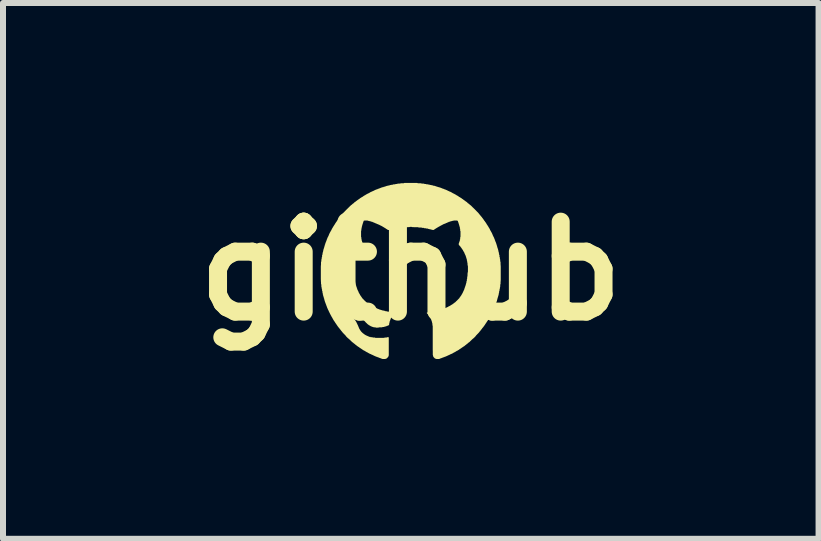
<source format=kicad_pcb>
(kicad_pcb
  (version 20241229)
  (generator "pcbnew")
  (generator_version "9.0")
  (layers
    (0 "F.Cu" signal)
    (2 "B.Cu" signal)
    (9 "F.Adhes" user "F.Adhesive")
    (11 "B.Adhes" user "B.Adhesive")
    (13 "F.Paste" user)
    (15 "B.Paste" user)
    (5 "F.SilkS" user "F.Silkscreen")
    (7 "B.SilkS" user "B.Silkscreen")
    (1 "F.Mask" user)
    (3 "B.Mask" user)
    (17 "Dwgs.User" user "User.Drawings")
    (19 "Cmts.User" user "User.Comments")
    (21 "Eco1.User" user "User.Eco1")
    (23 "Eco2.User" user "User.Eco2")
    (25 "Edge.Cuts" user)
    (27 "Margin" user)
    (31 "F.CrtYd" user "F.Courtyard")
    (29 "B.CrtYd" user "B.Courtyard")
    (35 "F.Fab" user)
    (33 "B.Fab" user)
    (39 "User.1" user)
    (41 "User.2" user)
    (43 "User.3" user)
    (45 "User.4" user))
  (footprint "github"
    (layer "F.Cu")
    (at 3.8 1.468)
    (property "Reference" "github" (at 0 0 0) (layer "F.SilkS") (effects (font (size 1.5 1.5) (thickness 0.3))))
    (attr board_only exclude_from_pos_files exclude_from_bom)
    (fp_poly (pts (xy 0.02 -1.468) (xy 0.038 -1.468) (xy 0.053 -1.468) (xy 0.065 -1.468) (xy 0.076 -1.468) (xy 0.085 -1.467) (xy 0.092 -1.467) (xy 0.098 -1.467) (xy 0.102 -1.467) (xy 0.105 -1.467) (xy 0.108 -1.467) (xy 0.109 -1.466) (xy 0.111 -1.466) (xy 0.111 -1.465) (xy 0.112 -1.465) (xy 0.113 -1.464) (xy 0.114 -1.463) (xy 0.117 -1.463) (xy 0.12 -1.462) (xy 0.125 -1.462) (xy 0.132 -1.462) (xy 0.141 -1.462) (xy 0.153 -1.462) (xy 0.163 -1.462) (xy 0.17 -1.461) (xy 0.174 -1.46) (xy 0.176 -1.459) (xy 0.177 -1.458) (xy 0.178 -1.457) (xy 0.182 -1.457) (xy 0.187 -1.457) (xy 0.194 -1.456) (xy 0.199 -1.456) (xy 0.208 -1.456) (xy 0.214 -1.456) (xy 0.218 -1.455) (xy 0.221 -1.455) (xy 0.223 -1.454) (xy 0.223 -1.453) (xy 0.225 -1.452) (xy 0.227 -1.451) (xy 0.232 -1.451) (xy 0.238 -1.45) (xy 0.242 -1.45) (xy 0.249 -1.45) (xy 0.254 -1.449) (xy 0.257 -1.448) (xy 0.258 -1.448) (xy 0.259 -1.447) (xy 0.259 -1.446) (xy 0.26 -1.445) (xy 0.261 -1.445) (xy 0.263 -1.444) (xy 0.267 -1.444) (xy 0.274 -1.444) (xy 0.276 -1.444) (xy 0.284 -1.444) (xy 0.288 -1.444) (xy 0.292 -1.443) (xy 0.293 -1.443) (xy 0.294 -1.441) (xy 0.295 -1.441) (xy 0.296 -1.44) (xy 0.298 -1.439) (xy 0.301 -1.438) (xy 0.306 -1.438) (xy 0.308 -1.438) (xy 0.314 -1.438) (xy 0.318 -1.438) (xy 0.321 -1.437) (xy 0.323 -1.435) (xy 0.323 -1.435) (xy 0.325 -1.434) (xy 0.328 -1.433) (xy 0.333 -1.433) (xy 0.335 -1.433) (xy 0.341 -1.432) (xy 0.345 -1.432) (xy 0.348 -1.431) (xy 0.348 -1.429) (xy 0.349 -1.428) (xy 0.351 -1.427) (xy 0.356 -1.427) (xy 0.358 -1.427) (xy 0.365 -1.427) (xy 0.369 -1.426) (xy 0.371 -1.425) (xy 0.372 -1.423) (xy 0.372 -1.423) (xy 0.373 -1.422) (xy 0.376 -1.422) (xy 0.382 -1.421) (xy 0.384 -1.421) (xy 0.39 -1.421) (xy 0.395 -1.42) (xy 0.397 -1.419) (xy 0.399 -1.418) (xy 0.403 -1.416) (xy 0.409 -1.415) (xy 0.409 -1.415) (xy 0.414 -1.414) (xy 0.417 -1.413) (xy 0.418 -1.411) (xy 0.418 -1.411) (xy 0.419 -1.41) (xy 0.421 -1.409) (xy 0.425 -1.409) (xy 0.427 -1.409) (xy 0.432 -1.408) (xy 0.434 -1.408) (xy 0.436 -1.407) (xy 0.436 -1.406) (xy 0.437 -1.404) (xy 0.439 -1.403) (xy 0.443 -1.403) (xy 0.445 -1.403) (xy 0.45 -1.403) (xy 0.452 -1.402) (xy 0.454 -1.401) (xy 0.454 -1.4) (xy 0.455 -1.399) (xy 0.457 -1.398) (xy 0.46 -1.397) (xy 0.463 -1.397) (xy 0.469 -1.397) (xy 0.472 -1.396) (xy 0.475 -1.395) (xy 0.475 -1.395) (xy 0.478 -1.392) (xy 0.484 -1.392) (xy 0.484 -1.392) (xy 0.489 -1.391) (xy 0.493 -1.389) (xy 0.493 -1.389) (xy 0.496 -1.387) (xy 0.5 -1.386) (xy 0.504 -1.385) (xy 0.507 -1.383) (xy 0.511 -1.381) (xy 0.516 -1.38) (xy 0.517 -1.38) (xy 0.521 -1.379) (xy 0.523 -1.378) (xy 0.524 -1.376) (xy 0.524 -1.376) (xy 0.524 -1.375) (xy 0.526 -1.374) (xy 0.529 -1.373) (xy 0.532 -1.373) (xy 0.536 -1.373) (xy 0.539 -1.373) (xy 0.54 -1.371) (xy 0.54 -1.371) (xy 0.541 -1.369) (xy 0.544 -1.368) (xy 0.547 -1.368) (xy 0.551 -1.368) (xy 0.553 -1.366) (xy 0.554 -1.365) (xy 0.555 -1.363) (xy 0.557 -1.362) (xy 0.561 -1.362) (xy 0.562 -1.362) (xy 0.566 -1.362) (xy 0.569 -1.361) (xy 0.57 -1.36) (xy 0.57 -1.359) (xy 0.571 -1.357) (xy 0.574 -1.357) (xy 0.576 -1.357) (xy 0.581 -1.356) (xy 0.585 -1.354) (xy 0.588 -1.352) (xy 0.593 -1.35) (xy 0.593 -1.35) (xy 0.597 -1.349) (xy 0.599 -1.348) (xy 0.599 -1.347) (xy 0.601 -1.346) (xy 0.605 -1.345) (xy 0.606 -1.344) (xy 0.61 -1.343) (xy 0.612 -1.341) (xy 0.613 -1.339) (xy 0.616 -1.338) (xy 0.617 -1.338) (xy 0.621 -1.338) (xy 0.623 -1.336) (xy 0.623 -1.335) (xy 0.625 -1.334) (xy 0.627 -1.333) (xy 0.63 -1.333) (xy 0.633 -1.332) (xy 0.635 -1.331) (xy 0.635 -1.33) (xy 0.636 -1.328) (xy 0.637 -1.327) (xy 0.641 -1.327) (xy 0.645 -1.327) (xy 0.647 -1.325) (xy 0.648 -1.324) (xy 0.65 -1.322) (xy 0.654 -1.321) (xy 0.659 -1.321) (xy 0.662 -1.319) (xy 0.665 -1.317) (xy 0.669 -1.315) (xy 0.669 -1.315) (xy 0.673 -1.314) (xy 0.676 -1.312) (xy 0.676 -1.312) (xy 0.679 -1.309) (xy 0.681 -1.309) (xy 0.683 -1.308) (xy 0.685 -1.306) (xy 0.688 -1.304) (xy 0.69 -1.303) (xy 0.693 -1.303) (xy 0.694 -1.301) (xy 0.694 -1.3) (xy 0.695 -1.298) (xy 0.696 -1.298) (xy 0.7 -1.297) (xy 0.703 -1.297) (xy 0.705 -1.296) (xy 0.705 -1.295) (xy 0.706 -1.293) (xy 0.708 -1.292) (xy 0.711 -1.292) (xy 0.715 -1.292) (xy 0.717 -1.29) (xy 0.717 -1.289) (xy 0.719 -1.287) (xy 0.722 -1.286) (xy 0.726 -1.285) (xy 0.728 -1.284) (xy 0.731 -1.281) (xy 0.734 -1.28) (xy 0.738 -1.278) (xy 0.741 -1.276) (xy 0.744 -1.274) (xy 0.746 -1.274) (xy 0.749 -1.272) (xy 0.751 -1.271) (xy 0.753 -1.269) (xy 0.756 -1.268) (xy 0.758 -1.267) (xy 0.759 -1.265) (xy 0.759 -1.263) (xy 0.761 -1.262) (xy 0.764 -1.262) (xy 0.768 -1.262) (xy 0.769 -1.26) (xy 0.77 -1.26) (xy 0.771 -1.257) (xy 0.773 -1.257) (xy 0.776 -1.256) (xy 0.779 -1.254) (xy 0.782 -1.252) (xy 0.785 -1.251) (xy 0.787 -1.25) (xy 0.788 -1.248) (xy 0.79 -1.246) (xy 0.793 -1.245) (xy 0.797 -1.243) (xy 0.799 -1.241) (xy 0.801 -1.239) (xy 0.803 -1.238) (xy 0.805 -1.237) (xy 0.805 -1.236) (xy 0.806 -1.234) (xy 0.808 -1.233) (xy 0.811 -1.233) (xy 0.815 -1.233) (xy 0.816 -1.232) (xy 0.816 -1.23) (xy 0.817 -1.228) (xy 0.82 -1.227) (xy 0.824 -1.226) (xy 0.826 -1.224) (xy 0.829 -1.222) (xy 0.831 -1.222) (xy 0.833 -1.22) (xy 0.834 -1.219) (xy 0.836 -1.216) (xy 0.84 -1.215) (xy 0.843 -1.214) (xy 0.845 -1.213) (xy 0.846 -1.212) (xy 0.847 -1.21) (xy 0.849 -1.21) (xy 0.851 -1.208) (xy 0.852 -1.207) (xy 0.853 -1.205) (xy 0.855 -1.204) (xy 0.858 -1.202) (xy 0.86 -1.2) (xy 0.863 -1.198) (xy 0.865 -1.198) (xy 0.868 -1.197) (xy 0.87 -1.195) (xy 0.871 -1.193) (xy 0.873 -1.192) (xy 0.875 -1.191) (xy 0.876 -1.189) (xy 0.876 -1.187) (xy 0.88 -1.186) (xy 0.881 -1.186) (xy 0.884 -1.185) (xy 0.886 -1.183) (xy 0.886 -1.183) (xy 0.888 -1.181) (xy 0.889 -1.181) (xy 0.891 -1.18) (xy 0.893 -1.178) (xy 0.895 -1.176) (xy 0.896 -1.175) (xy 0.897 -1.174) (xy 0.9 -1.172) (xy 0.9 -1.172) (xy 0.903 -1.169) (xy 0.906 -1.168) (xy 0.907 -1.168) (xy 0.909 -1.167) (xy 0.91 -1.165) (xy 0.912 -1.163) (xy 0.914 -1.162) (xy 0.916 -1.161) (xy 0.916 -1.16) (xy 0.917 -1.157) (xy 0.92 -1.157) (xy 0.923 -1.156) (xy 0.925 -1.154) (xy 0.928 -1.152) (xy 0.93 -1.151) (xy 0.933 -1.149) (xy 0.933 -1.148) (xy 0.934 -1.147) (xy 0.937 -1.146) (xy 0.939 -1.144) (xy 0.94 -1.142) (xy 0.941 -1.14) (xy 0.943 -1.14) (xy 0.945 -1.138) (xy 0.946 -1.137) (xy 0.947 -1.135) (xy 0.949 -1.134) (xy 0.951 -1.132) (xy 0.951 -1.13) (xy 0.952 -1.128) (xy 0.955 -1.127) (xy 0.959 -1.126) (xy 0.961 -1.124) (xy 0.964 -1.122) (xy 0.966 -1.122) (xy 0.968 -1.121) (xy 0.969 -1.119) (xy 0.971 -1.116) (xy 0.973 -1.116) (xy 0.975 -1.114) (xy 0.975 -1.113) (xy 0.977 -1.111) (xy 0.978 -1.11) (xy 0.981 -1.109) (xy 0.981 -1.108) (xy 0.982 -1.105) (xy 0.984 -1.105) (xy 0.986 -1.104) (xy 0.987 -1.103) (xy 0.989 -1.101) (xy 0.992 -1.099) (xy 0.993 -1.098) (xy 0.996 -1.097) (xy 0.998 -1.095) (xy 0.998 -1.094) (xy 0.999 -1.092) (xy 1 -1.092) (xy 1.002 -1.091) (xy 1.003 -1.09) (xy 1.005 -1.088) (xy 1.007 -1.086) (xy 1.01 -1.085) (xy 1.011 -1.083) (xy 1.012 -1.081) (xy 1.013 -1.08) (xy 1.016 -1.079) (xy 1.016 -1.078) (xy 1.017 -1.076) (xy 1.019 -1.075) (xy 1.021 -1.073) (xy 1.022 -1.072) (xy 1.023 -1.07) (xy 1.024 -1.07) (xy 1.026 -1.068) (xy 1.027 -1.066) (xy 1.029 -1.063) (xy 1.032 -1.062) (xy 1.034 -1.061) (xy 1.034 -1.059) (xy 1.036 -1.057) (xy 1.037 -1.057) (xy 1.04 -1.056) (xy 1.04 -1.054) (xy 1.041 -1.052) (xy 1.043 -1.051) (xy 1.045 -1.05) (xy 1.046 -1.049) (xy 1.047 -1.046) (xy 1.049 -1.046) (xy 1.051 -1.045) (xy 1.051 -1.043) (xy 1.052 -1.041) (xy 1.054 -1.04) (xy 1.057 -1.039) (xy 1.057 -1.037) (xy 1.058 -1.035) (xy 1.06 -1.034) (xy 1.063 -1.033) (xy 1.064 -1.032) (xy 1.065 -1.029) (xy 1.067 -1.028) (xy 1.069 -1.026) (xy 1.07 -1.025) (xy 1.071 -1.022) (xy 1.072 -1.022) (xy 1.075 -1.021) (xy 1.075 -1.019) (xy 1.076 -1.017) (xy 1.078 -1.016) (xy 1.08 -1.015) (xy 1.081 -1.013) (xy 1.082 -1.011) (xy 1.084 -1.011) (xy 1.086 -1.01) (xy 1.087 -1.008) (xy 1.088 -1.005) (xy 1.089 -1.005) (xy 1.092 -1.004) (xy 1.092 -1.002) (xy 1.093 -1) (xy 1.094 -0.999) (xy 1.096 -0.998) (xy 1.098 -0.996) (xy 1.1 -0.993) (xy 1.102 -0.992) (xy 1.104 -0.99) (xy 1.105 -0.989) (xy 1.106 -0.987) (xy 1.108 -0.986) (xy 1.11 -0.985) (xy 1.11 -0.983) (xy 1.112 -0.981) (xy 1.113 -0.981) (xy 1.116 -0.979) (xy 1.116 -0.978) (xy 1.117 -0.976) (xy 1.119 -0.975) (xy 1.121 -0.974) (xy 1.122 -0.972) (xy 1.123 -0.97) (xy 1.124 -0.969) (xy 1.127 -0.967) (xy 1.127 -0.965) (xy 1.128 -0.963) (xy 1.129 -0.963) (xy 1.132 -0.962) (xy 1.133 -0.96) (xy 1.135 -0.956) (xy 1.137 -0.954) (xy 1.139 -0.951) (xy 1.14 -0.948) (xy 1.141 -0.946) (xy 1.143 -0.946) (xy 1.145 -0.945) (xy 1.146 -0.943) (xy 1.147 -0.941) (xy 1.148 -0.94) (xy 1.151 -0.938) (xy 1.151 -0.937) (xy 1.152 -0.935) (xy 1.154 -0.934) (xy 1.156 -0.932) (xy 1.157 -0.93) (xy 1.158 -0.928) (xy 1.16 -0.927) (xy 1.162 -0.925) (xy 1.162 -0.923) (xy 1.164 -0.919) (xy 1.166 -0.917) (xy 1.169 -0.915) (xy 1.17 -0.913) (xy 1.171 -0.911) (xy 1.172 -0.91) (xy 1.175 -0.909) (xy 1.175 -0.907) (xy 1.176 -0.905) (xy 1.177 -0.905) (xy 1.179 -0.904) (xy 1.181 -0.902) (xy 1.182 -0.899) (xy 1.184 -0.898) (xy 1.186 -0.896) (xy 1.186 -0.895) (xy 1.187 -0.893) (xy 1.189 -0.891) (xy 1.191 -0.887) (xy 1.192 -0.885) (xy 1.193 -0.882) (xy 1.195 -0.881) (xy 1.197 -0.88) (xy 1.198 -0.878) (xy 1.199 -0.876) (xy 1.2 -0.876) (xy 1.203 -0.875) (xy 1.203 -0.873) (xy 1.204 -0.871) (xy 1.206 -0.867) (xy 1.207 -0.867) (xy 1.209 -0.863) (xy 1.21 -0.861) (xy 1.21 -0.86) (xy 1.211 -0.859) (xy 1.213 -0.858) (xy 1.215 -0.856) (xy 1.216 -0.854) (xy 1.217 -0.852) (xy 1.218 -0.852) (xy 1.22 -0.85) (xy 1.221 -0.847) (xy 1.222 -0.844) (xy 1.222 -0.841) (xy 1.224 -0.84) (xy 1.227 -0.839) (xy 1.227 -0.838) (xy 1.228 -0.835) (xy 1.23 -0.834) (xy 1.232 -0.833) (xy 1.233 -0.831) (xy 1.234 -0.828) (xy 1.235 -0.827) (xy 1.237 -0.826) (xy 1.238 -0.822) (xy 1.239 -0.821) (xy 1.24 -0.818) (xy 1.242 -0.817) (xy 1.242 -0.816) (xy 1.244 -0.815) (xy 1.245 -0.814) (xy 1.247 -0.811) (xy 1.249 -0.809) (xy 1.251 -0.806) (xy 1.251 -0.803) (xy 1.252 -0.8) (xy 1.254 -0.8) (xy 1.256 -0.799) (xy 1.257 -0.796) (xy 1.257 -0.793) (xy 1.259 -0.793) (xy 1.261 -0.791) (xy 1.262 -0.788) (xy 1.262 -0.785) (xy 1.263 -0.782) (xy 1.265 -0.781) (xy 1.267 -0.78) (xy 1.268 -0.778) (xy 1.268 -0.775) (xy 1.269 -0.774) (xy 1.271 -0.773) (xy 1.273 -0.77) (xy 1.273 -0.77) (xy 1.275 -0.766) (xy 1.278 -0.763) (xy 1.28 -0.76) (xy 1.281 -0.757) (xy 1.282 -0.754) (xy 1.283 -0.753) (xy 1.286 -0.751) (xy 1.286 -0.749) (xy 1.287 -0.747) (xy 1.288 -0.746) (xy 1.29 -0.745) (xy 1.292 -0.741) (xy 1.292 -0.738) (xy 1.293 -0.736) (xy 1.295 -0.735) (xy 1.297 -0.734) (xy 1.297 -0.732) (xy 1.299 -0.728) (xy 1.3 -0.726) (xy 1.302 -0.723) (xy 1.303 -0.72) (xy 1.304 -0.717) (xy 1.306 -0.717) (xy 1.308 -0.716) (xy 1.309 -0.713) (xy 1.309 -0.711) (xy 1.31 -0.707) (xy 1.312 -0.705) (xy 1.312 -0.705) (xy 1.314 -0.704) (xy 1.316 -0.701) (xy 1.316 -0.698) (xy 1.317 -0.695) (xy 1.319 -0.694) (xy 1.321 -0.692) (xy 1.321 -0.689) (xy 1.321 -0.688) (xy 1.322 -0.684) (xy 1.323 -0.683) (xy 1.324 -0.682) (xy 1.326 -0.681) (xy 1.327 -0.679) (xy 1.327 -0.676) (xy 1.327 -0.672) (xy 1.328 -0.671) (xy 1.33 -0.67) (xy 1.332 -0.669) (xy 1.333 -0.667) (xy 1.334 -0.664) (xy 1.335 -0.662) (xy 1.338 -0.658) (xy 1.338 -0.656) (xy 1.339 -0.653) (xy 1.341 -0.652) (xy 1.343 -0.65) (xy 1.344 -0.646) (xy 1.346 -0.642) (xy 1.347 -0.641) (xy 1.347 -0.641) (xy 1.349 -0.639) (xy 1.35 -0.636) (xy 1.35 -0.635) (xy 1.352 -0.631) (xy 1.354 -0.629) (xy 1.354 -0.628) (xy 1.356 -0.625) (xy 1.357 -0.622) (xy 1.357 -0.618) (xy 1.359 -0.617) (xy 1.36 -0.615) (xy 1.362 -0.612) (xy 1.362 -0.608) (xy 1.363 -0.605) (xy 1.365 -0.602) (xy 1.367 -0.598) (xy 1.368 -0.594) (xy 1.368 -0.59) (xy 1.369 -0.589) (xy 1.371 -0.589) (xy 1.372 -0.588) (xy 1.373 -0.586) (xy 1.373 -0.583) (xy 1.374 -0.579) (xy 1.375 -0.577) (xy 1.376 -0.577) (xy 1.378 -0.575) (xy 1.38 -0.571) (xy 1.38 -0.571) (xy 1.381 -0.567) (xy 1.382 -0.565) (xy 1.383 -0.565) (xy 1.384 -0.563) (xy 1.385 -0.56) (xy 1.385 -0.559) (xy 1.387 -0.556) (xy 1.388 -0.553) (xy 1.389 -0.552) (xy 1.39 -0.55) (xy 1.391 -0.546) (xy 1.391 -0.544) (xy 1.393 -0.539) (xy 1.395 -0.536) (xy 1.395 -0.536) (xy 1.397 -0.534) (xy 1.397 -0.53) (xy 1.398 -0.525) (xy 1.4 -0.523) (xy 1.402 -0.521) (xy 1.403 -0.518) (xy 1.403 -0.514) (xy 1.403 -0.51) (xy 1.404 -0.507) (xy 1.406 -0.506) (xy 1.406 -0.506) (xy 1.408 -0.505) (xy 1.408 -0.503) (xy 1.409 -0.499) (xy 1.409 -0.494) (xy 1.411 -0.491) (xy 1.414 -0.488) (xy 1.415 -0.484) (xy 1.415 -0.483) (xy 1.416 -0.479) (xy 1.418 -0.477) (xy 1.418 -0.476) (xy 1.42 -0.474) (xy 1.421 -0.469) (xy 1.421 -0.467) (xy 1.422 -0.462) (xy 1.423 -0.46) (xy 1.424 -0.459) (xy 1.426 -0.458) (xy 1.427 -0.456) (xy 1.427 -0.452) (xy 1.427 -0.45) (xy 1.427 -0.446) (xy 1.428 -0.443) (xy 1.429 -0.442) (xy 1.43 -0.442) (xy 1.431 -0.441) (xy 1.432 -0.439) (xy 1.432 -0.436) (xy 1.433 -0.433) (xy 1.433 -0.428) (xy 1.433 -0.425) (xy 1.434 -0.424) (xy 1.435 -0.424) (xy 1.437 -0.423) (xy 1.438 -0.421) (xy 1.438 -0.418) (xy 1.438 -0.414) (xy 1.438 -0.409) (xy 1.439 -0.407) (xy 1.44 -0.406) (xy 1.44 -0.406) (xy 1.442 -0.405) (xy 1.443 -0.402) (xy 1.444 -0.397) (xy 1.444 -0.394) (xy 1.444 -0.389) (xy 1.445 -0.386) (xy 1.446 -0.384) (xy 1.449 -0.381) (xy 1.45 -0.376) (xy 1.45 -0.375) (xy 1.451 -0.369) (xy 1.453 -0.365) (xy 1.454 -0.365) (xy 1.455 -0.362) (xy 1.456 -0.359) (xy 1.456 -0.354) (xy 1.456 -0.352) (xy 1.457 -0.347) (xy 1.457 -0.344) (xy 1.458 -0.343) (xy 1.458 -0.342) (xy 1.46 -0.342) (xy 1.461 -0.339) (xy 1.462 -0.335) (xy 1.462 -0.329) (xy 1.462 -0.324) (xy 1.463 -0.32) (xy 1.465 -0.318) (xy 1.465 -0.317) (xy 1.466 -0.315) (xy 1.467 -0.312) (xy 1.468 -0.307) (xy 1.468 -0.305) (xy 1.468 -0.299) (xy 1.468 -0.295) (xy 1.47 -0.293) (xy 1.47 -0.292) (xy 1.472 -0.29) (xy 1.473 -0.287) (xy 1.473 -0.283) (xy 1.473 -0.278) (xy 1.473 -0.272) (xy 1.474 -0.269) (xy 1.474 -0.267) (xy 1.476 -0.266) (xy 1.476 -0.266) (xy 1.477 -0.266) (xy 1.478 -0.265) (xy 1.479 -0.262) (xy 1.479 -0.259) (xy 1.479 -0.253) (xy 1.479 -0.249) (xy 1.479 -0.241) (xy 1.479 -0.237) (xy 1.479 -0.234) (xy 1.48 -0.232) (xy 1.481 -0.231) (xy 1.482 -0.231) (xy 1.483 -0.23) (xy 1.484 -0.228) (xy 1.485 -0.224) (xy 1.485 -0.221) (xy 1.486 -0.214) (xy 1.486 -0.208) (xy 1.486 -0.204) (xy 1.486 -0.199) (xy 1.487 -0.196) (xy 1.488 -0.195) (xy 1.489 -0.194) (xy 1.49 -0.192) (xy 1.491 -0.189) (xy 1.491 -0.185) (xy 1.491 -0.178) (xy 1.491 -0.174) (xy 1.492 -0.165) (xy 1.492 -0.16) (xy 1.492 -0.156) (xy 1.493 -0.154) (xy 1.494 -0.154) (xy 1.495 -0.154) (xy 1.496 -0.152) (xy 1.496 -0.15) (xy 1.497 -0.146) (xy 1.497 -0.14) (xy 1.497 -0.131) (xy 1.497 -0.121) (xy 1.497 -0.111) (xy 1.498 -0.104) (xy 1.498 -0.098) (xy 1.498 -0.095) (xy 1.499 -0.095) (xy 1.499 -0.094) (xy 1.499 -0.089) (xy 1.499 -0.082) (xy 1.5 -0.073) (xy 1.5 -0.06) (xy 1.5 -0.045) (xy 1.5 -0.027) (xy 1.5 -0.006) (xy 1.5 0.017) (xy 1.5 0.039) (xy 1.5 0.064) (xy 1.5 0.087) (xy 1.5 0.107) (xy 1.5 0.125) (xy 1.5 0.14) (xy 1.5 0.152) (xy 1.499 0.161) (xy 1.499 0.168) (xy 1.499 0.171) (xy 1.499 0.172) (xy 1.498 0.174) (xy 1.498 0.178) (xy 1.497 0.184) (xy 1.497 0.192) (xy 1.497 0.194) (xy 1.497 0.205) (xy 1.497 0.213) (xy 1.496 0.219) (xy 1.495 0.222) (xy 1.493 0.223) (xy 1.493 0.223) (xy 1.493 0.224) (xy 1.492 0.228) (xy 1.492 0.234) (xy 1.492 0.241) (xy 1.491 0.247) (xy 1.491 0.256) (xy 1.491 0.262) (xy 1.491 0.267) (xy 1.49 0.27) (xy 1.489 0.272) (xy 1.489 0.272) (xy 1.487 0.274) (xy 1.487 0.277) (xy 1.486 0.282) (xy 1.485 0.289) (xy 1.485 0.296) (xy 1.484 0.301) (xy 1.484 0.304) (xy 1.483 0.305) (xy 1.482 0.306) (xy 1.48 0.308) (xy 1.48 0.31) (xy 1.479 0.313) (xy 1.479 0.318) (xy 1.479 0.322) (xy 1.479 0.328) (xy 1.479 0.332) (xy 1.478 0.334) (xy 1.477 0.336) (xy 1.476 0.336) (xy 1.475 0.337) (xy 1.474 0.338) (xy 1.474 0.341) (xy 1.473 0.345) (xy 1.473 0.35) (xy 1.473 0.357) (xy 1.473 0.361) (xy 1.472 0.363) (xy 1.471 0.364) (xy 1.47 0.365) (xy 1.469 0.366) (xy 1.468 0.368) (xy 1.468 0.37) (xy 1.468 0.375) (xy 1.468 0.38) (xy 1.468 0.386) (xy 1.467 0.39) (xy 1.467 0.393) (xy 1.466 0.394) (xy 1.465 0.394) (xy 1.464 0.395) (xy 1.463 0.397) (xy 1.462 0.4) (xy 1.462 0.405) (xy 1.461 0.411) (xy 1.461 0.415) (xy 1.459 0.417) (xy 1.459 0.417) (xy 1.457 0.419) (xy 1.457 0.422) (xy 1.456 0.426) (xy 1.456 0.431) (xy 1.455 0.434) (xy 1.454 0.436) (xy 1.454 0.436) (xy 1.451 0.439) (xy 1.451 0.441) (xy 1.45 0.448) (xy 1.449 0.454) (xy 1.448 0.458) (xy 1.446 0.459) (xy 1.445 0.46) (xy 1.444 0.462) (xy 1.444 0.465) (xy 1.444 0.468) (xy 1.444 0.473) (xy 1.443 0.476) (xy 1.442 0.478) (xy 1.441 0.479) (xy 1.439 0.48) (xy 1.439 0.482) (xy 1.438 0.486) (xy 1.438 0.49) (xy 1.438 0.495) (xy 1.438 0.498) (xy 1.437 0.499) (xy 1.435 0.5) (xy 1.434 0.501) (xy 1.433 0.503) (xy 1.433 0.507) (xy 1.433 0.507) (xy 1.432 0.513) (xy 1.431 0.517) (xy 1.429 0.518) (xy 1.429 0.518) (xy 1.428 0.52) (xy 1.427 0.523) (xy 1.427 0.526) (xy 1.426 0.531) (xy 1.424 0.534) (xy 1.424 0.534) (xy 1.422 0.536) (xy 1.421 0.539) (xy 1.421 0.544) (xy 1.419 0.547) (xy 1.418 0.548) (xy 1.417 0.549) (xy 1.416 0.553) (xy 1.415 0.556) (xy 1.414 0.561) (xy 1.414 0.564) (xy 1.412 0.565) (xy 1.411 0.565) (xy 1.41 0.565) (xy 1.409 0.567) (xy 1.409 0.57) (xy 1.409 0.573) (xy 1.408 0.577) (xy 1.408 0.58) (xy 1.407 0.581) (xy 1.406 0.581) (xy 1.404 0.582) (xy 1.403 0.585) (xy 1.403 0.588) (xy 1.403 0.592) (xy 1.401 0.595) (xy 1.4 0.595) (xy 1.398 0.597) (xy 1.398 0.6) (xy 1.397 0.604) (xy 1.397 0.608) (xy 1.396 0.611) (xy 1.395 0.612) (xy 1.395 0.612) (xy 1.393 0.613) (xy 1.392 0.617) (xy 1.392 0.618) (xy 1.391 0.621) (xy 1.39 0.623) (xy 1.389 0.623) (xy 1.387 0.625) (xy 1.386 0.627) (xy 1.386 0.629) (xy 1.385 0.634) (xy 1.383 0.637) (xy 1.381 0.641) (xy 1.38 0.645) (xy 1.38 0.646) (xy 1.378 0.65) (xy 1.376 0.652) (xy 1.374 0.653) (xy 1.374 0.656) (xy 1.373 0.658) (xy 1.373 0.662) (xy 1.372 0.664) (xy 1.371 0.664) (xy 1.369 0.665) (xy 1.368 0.668) (xy 1.368 0.67) (xy 1.368 0.674) (xy 1.367 0.676) (xy 1.365 0.676) (xy 1.363 0.676) (xy 1.362 0.678) (xy 1.362 0.682) (xy 1.362 0.686) (xy 1.361 0.687) (xy 1.359 0.688) (xy 1.357 0.689) (xy 1.357 0.692) (xy 1.357 0.694) (xy 1.356 0.697) (xy 1.354 0.699) (xy 1.354 0.699) (xy 1.352 0.701) (xy 1.351 0.703) (xy 1.351 0.705) (xy 1.35 0.71) (xy 1.349 0.712) (xy 1.348 0.712) (xy 1.346 0.715) (xy 1.345 0.718) (xy 1.345 0.719) (xy 1.343 0.723) (xy 1.341 0.724) (xy 1.339 0.725) (xy 1.338 0.728) (xy 1.338 0.73) (xy 1.338 0.733) (xy 1.337 0.735) (xy 1.335 0.735) (xy 1.334 0.735) (xy 1.333 0.737) (xy 1.333 0.741) (xy 1.332 0.744) (xy 1.331 0.746) (xy 1.33 0.746) (xy 1.328 0.747) (xy 1.327 0.749) (xy 1.327 0.75) (xy 1.326 0.755) (xy 1.324 0.757) (xy 1.322 0.76) (xy 1.321 0.762) (xy 1.32 0.764) (xy 1.319 0.766) (xy 1.316 0.769) (xy 1.316 0.771) (xy 1.315 0.774) (xy 1.313 0.775) (xy 1.311 0.777) (xy 1.309 0.781) (xy 1.309 0.782) (xy 1.308 0.786) (xy 1.306 0.788) (xy 1.306 0.788) (xy 1.304 0.789) (xy 1.303 0.793) (xy 1.303 0.793) (xy 1.303 0.797) (xy 1.301 0.799) (xy 1.3 0.799) (xy 1.298 0.801) (xy 1.297 0.803) (xy 1.297 0.805) (xy 1.295 0.808) (xy 1.293 0.811) (xy 1.292 0.814) (xy 1.291 0.816) (xy 1.289 0.817) (xy 1.287 0.819) (xy 1.286 0.822) (xy 1.285 0.826) (xy 1.284 0.828) (xy 1.281 0.831) (xy 1.28 0.832) (xy 1.278 0.834) (xy 1.277 0.835) (xy 1.276 0.836) (xy 1.274 0.84) (xy 1.274 0.84) (xy 1.273 0.844) (xy 1.272 0.846) (xy 1.271 0.846) (xy 1.268 0.847) (xy 1.268 0.849) (xy 1.267 0.852) (xy 1.265 0.853) (xy 1.263 0.854) (xy 1.262 0.857) (xy 1.262 0.858) (xy 1.262 0.862) (xy 1.26 0.863) (xy 1.26 0.864) (xy 1.257 0.865) (xy 1.257 0.867) (xy 1.256 0.869) (xy 1.254 0.87) (xy 1.252 0.871) (xy 1.251 0.873) (xy 1.25 0.878) (xy 1.249 0.881) (xy 1.247 0.881) (xy 1.246 0.882) (xy 1.245 0.883) (xy 1.244 0.886) (xy 1.243 0.887) (xy 1.24 0.89) (xy 1.239 0.894) (xy 1.238 0.897) (xy 1.235 0.899) (xy 1.233 0.901) (xy 1.233 0.902) (xy 1.232 0.905) (xy 1.23 0.905) (xy 1.228 0.906) (xy 1.227 0.908) (xy 1.227 0.913) (xy 1.225 0.916) (xy 1.224 0.916) (xy 1.222 0.918) (xy 1.222 0.919) (xy 1.22 0.922) (xy 1.219 0.923) (xy 1.216 0.924) (xy 1.216 0.926) (xy 1.215 0.928) (xy 1.214 0.928) (xy 1.212 0.93) (xy 1.21 0.934) (xy 1.21 0.934) (xy 1.208 0.937) (xy 1.206 0.94) (xy 1.206 0.94) (xy 1.204 0.942) (xy 1.203 0.943) (xy 1.202 0.945) (xy 1.2 0.946) (xy 1.198 0.947) (xy 1.198 0.949) (xy 1.197 0.951) (xy 1.195 0.951) (xy 1.193 0.952) (xy 1.192 0.955) (xy 1.191 0.958) (xy 1.189 0.961) (xy 1.187 0.963) (xy 1.186 0.965) (xy 1.185 0.967) (xy 1.184 0.969) (xy 1.181 0.971) (xy 1.18 0.973) (xy 1.179 0.975) (xy 1.177 0.975) (xy 1.175 0.977) (xy 1.175 0.978) (xy 1.174 0.98) (xy 1.172 0.981) (xy 1.17 0.983) (xy 1.169 0.985) (xy 1.167 0.989) (xy 1.165 0.991) (xy 1.163 0.994) (xy 1.162 0.995) (xy 1.161 0.998) (xy 1.16 0.999) (xy 1.157 1) (xy 1.157 1.002) (xy 1.156 1.004) (xy 1.154 1.005) (xy 1.152 1.006) (xy 1.151 1.008) (xy 1.15 1.01) (xy 1.149 1.011) (xy 1.146 1.013) (xy 1.145 1.016) (xy 1.143 1.02) (xy 1.141 1.021) (xy 1.139 1.023) (xy 1.139 1.024) (xy 1.137 1.026) (xy 1.136 1.027) (xy 1.134 1.029) (xy 1.133 1.031) (xy 1.132 1.033) (xy 1.13 1.034) (xy 1.128 1.035) (xy 1.127 1.037) (xy 1.126 1.039) (xy 1.124 1.04) (xy 1.122 1.041) (xy 1.122 1.043) (xy 1.121 1.045) (xy 1.119 1.045) (xy 1.117 1.047) (xy 1.116 1.049) (xy 1.115 1.051) (xy 1.113 1.051) (xy 1.111 1.052) (xy 1.11 1.054) (xy 1.109 1.057) (xy 1.108 1.057) (xy 1.105 1.058) (xy 1.105 1.06) (xy 1.104 1.062) (xy 1.102 1.063) (xy 1.099 1.065) (xy 1.098 1.067) (xy 1.097 1.069) (xy 1.095 1.07) (xy 1.093 1.071) (xy 1.092 1.072) (xy 1.091 1.074) (xy 1.089 1.077) (xy 1.089 1.077) (xy 1.086 1.081) (xy 1.083 1.084) (xy 1.08 1.088) (xy 1.077 1.092) (xy 1.075 1.095) (xy 1.074 1.096) (xy 1.074 1.097) (xy 1.073 1.098) (xy 1.072 1.098) (xy 1.07 1.099) (xy 1.069 1.101) (xy 1.067 1.103) (xy 1.065 1.104) (xy 1.063 1.106) (xy 1.063 1.107) (xy 1.061 1.109) (xy 1.06 1.11) (xy 1.058 1.111) (xy 1.057 1.113) (xy 1.056 1.114) (xy 1.056 1.115) (xy 1.054 1.116) (xy 1.051 1.118) (xy 1.051 1.118) (xy 1.048 1.121) (xy 1.046 1.122) (xy 1.046 1.122) (xy 1.045 1.123) (xy 1.044 1.124) (xy 1.044 1.126) (xy 1.043 1.126) (xy 1.041 1.127) (xy 1.038 1.129) (xy 1.037 1.13) (xy 1.034 1.133) (xy 1.031 1.134) (xy 1.031 1.134) (xy 1.029 1.136) (xy 1.028 1.137) (xy 1.027 1.14) (xy 1.025 1.14) (xy 1.022 1.141) (xy 1.022 1.143) (xy 1.021 1.145) (xy 1.019 1.146) (xy 1.017 1.147) (xy 1.016 1.148) (xy 1.015 1.151) (xy 1.013 1.151) (xy 1.011 1.152) (xy 1.011 1.154) (xy 1.01 1.156) (xy 1.008 1.157) (xy 1.005 1.158) (xy 1.005 1.16) (xy 1.004 1.162) (xy 1.002 1.162) (xy 1 1.163) (xy 0.999 1.165) (xy 0.998 1.167) (xy 0.997 1.168) (xy 0.994 1.169) (xy 0.992 1.172) (xy 0.991 1.174) (xy 0.989 1.175) (xy 0.987 1.176) (xy 0.987 1.177) (xy 0.985 1.18) (xy 0.984 1.18) (xy 0.981 1.182) (xy 0.981 1.184) (xy 0.979 1.186) (xy 0.977 1.186) (xy 0.975 1.187) (xy 0.974 1.188) (xy 0.973 1.191) (xy 0.969 1.192) (xy 0.967 1.192) (xy 0.965 1.193) (xy 0.964 1.195) (xy 0.963 1.197) (xy 0.961 1.198) (xy 0.959 1.199) (xy 0.958 1.2) (xy 0.956 1.203) (xy 0.955 1.203) (xy 0.953 1.204) (xy 0.952 1.206) (xy 0.951 1.208) (xy 0.95 1.209) (xy 0.948 1.21) (xy 0.945 1.212) (xy 0.944 1.212) (xy 0.941 1.215) (xy 0.938 1.216) (xy 0.937 1.216) (xy 0.935 1.217) (xy 0.935 1.219) (xy 0.934 1.221) (xy 0.932 1.222) (xy 0.929 1.223) (xy 0.929 1.224) (xy 0.927 1.227) (xy 0.925 1.227) (xy 0.922 1.228) (xy 0.922 1.23) (xy 0.921 1.232) (xy 0.919 1.233) (xy 0.916 1.234) (xy 0.915 1.235) (xy 0.913 1.238) (xy 0.909 1.239) (xy 0.906 1.241) (xy 0.905 1.243) (xy 0.903 1.245) (xy 0.902 1.245) (xy 0.9 1.247) (xy 0.899 1.248) (xy 0.898 1.25) (xy 0.896 1.251) (xy 0.893 1.253) (xy 0.892 1.254) (xy 0.89 1.256) (xy 0.886 1.257) (xy 0.883 1.257) (xy 0.881 1.258) (xy 0.881 1.26) (xy 0.88 1.262) (xy 0.879 1.262) (xy 0.876 1.264) (xy 0.875 1.265) (xy 0.874 1.267) (xy 0.871 1.268) (xy 0.869 1.268) (xy 0.866 1.268) (xy 0.864 1.269) (xy 0.864 1.271) (xy 0.864 1.273) (xy 0.863 1.274) (xy 0.861 1.274) (xy 0.858 1.277) (xy 0.858 1.277) (xy 0.854 1.279) (xy 0.851 1.281) (xy 0.851 1.281) (xy 0.847 1.282) (xy 0.846 1.283) (xy 0.845 1.286) (xy 0.843 1.286) (xy 0.841 1.287) (xy 0.84 1.289) (xy 0.838 1.291) (xy 0.836 1.292) (xy 0.832 1.293) (xy 0.83 1.295) (xy 0.828 1.297) (xy 0.826 1.297) (xy 0.824 1.299) (xy 0.823 1.3) (xy 0.821 1.303) (xy 0.819 1.303) (xy 0.816 1.304) (xy 0.812 1.307) (xy 0.812 1.307) (xy 0.809 1.309) (xy 0.807 1.31) (xy 0.807 1.31) (xy 0.805 1.311) (xy 0.805 1.312) (xy 0.804 1.314) (xy 0.801 1.316) (xy 0.8 1.316) (xy 0.796 1.318) (xy 0.794 1.32) (xy 0.794 1.32) (xy 0.793 1.321) (xy 0.79 1.321) (xy 0.788 1.322) (xy 0.787 1.323) (xy 0.786 1.326) (xy 0.782 1.327) (xy 0.779 1.327) (xy 0.776 1.328) (xy 0.775 1.33) (xy 0.774 1.332) (xy 0.771 1.333) (xy 0.769 1.333) (xy 0.766 1.333) (xy 0.765 1.334) (xy 0.764 1.335) (xy 0.764 1.338) (xy 0.761 1.338) (xy 0.76 1.338) (xy 0.756 1.339) (xy 0.754 1.341) (xy 0.752 1.343) (xy 0.751 1.344) (xy 0.749 1.345) (xy 0.747 1.347) (xy 0.743 1.349) (xy 0.74 1.35) (xy 0.736 1.351) (xy 0.735 1.353) (xy 0.735 1.353) (xy 0.734 1.355) (xy 0.73 1.356) (xy 0.727 1.357) (xy 0.724 1.358) (xy 0.723 1.359) (xy 0.722 1.361) (xy 0.719 1.362) (xy 0.718 1.362) (xy 0.714 1.363) (xy 0.712 1.364) (xy 0.712 1.365) (xy 0.71 1.367) (xy 0.708 1.368) (xy 0.706 1.369) (xy 0.704 1.37) (xy 0.703 1.372) (xy 0.699 1.373) (xy 0.699 1.373) (xy 0.696 1.374) (xy 0.693 1.376) (xy 0.691 1.378) (xy 0.687 1.38) (xy 0.683 1.381) (xy 0.679 1.383) (xy 0.674 1.385) (xy 0.67 1.386) (xy 0.666 1.386) (xy 0.665 1.388) (xy 0.665 1.389) (xy 0.664 1.391) (xy 0.662 1.392) (xy 0.659 1.392) (xy 0.655 1.392) (xy 0.653 1.393) (xy 0.653 1.395) (xy 0.652 1.397) (xy 0.649 1.397) (xy 0.647 1.397) (xy 0.643 1.398) (xy 0.641 1.399) (xy 0.641 1.4) (xy 0.64 1.402) (xy 0.637 1.403) (xy 0.635 1.403) (xy 0.631 1.403) (xy 0.629 1.405) (xy 0.629 1.406) (xy 0.628 1.408) (xy 0.625 1.409) (xy 0.623 1.409) (xy 0.619 1.409) (xy 0.617 1.411) (xy 0.617 1.411) (xy 0.614 1.414) (xy 0.612 1.414) (xy 0.609 1.415) (xy 0.605 1.417) (xy 0.604 1.418) (xy 0.6 1.42) (xy 0.596 1.421) (xy 0.596 1.421) (xy 0.592 1.422) (xy 0.589 1.424) (xy 0.585 1.426) (xy 0.581 1.427) (xy 0.577 1.427) (xy 0.576 1.429) (xy 0.576 1.429) (xy 0.575 1.431) (xy 0.572 1.432) (xy 0.566 1.433) (xy 0.565 1.433) (xy 0.561 1.433) (xy 0.559 1.434) (xy 0.559 1.435) (xy 0.558 1.437) (xy 0.555 1.438) (xy 0.552 1.438) (xy 0.547 1.439) (xy 0.544 1.441) (xy 0.541 1.443) (xy 0.536 1.444) (xy 0.532 1.444) (xy 0.53 1.445) (xy 0.529 1.446) (xy 0.528 1.448) (xy 0.525 1.449) (xy 0.521 1.45) (xy 0.516 1.451) (xy 0.512 1.453) (xy 0.511 1.454) (xy 0.507 1.456) (xy 0.504 1.456) (xy 0.499 1.457) (xy 0.496 1.459) (xy 0.492 1.461) (xy 0.488 1.462) (xy 0.484 1.463) (xy 0.482 1.465) (xy 0.481 1.466) (xy 0.48 1.467) (xy 0.478 1.467) (xy 0.475 1.467) (xy 0.471 1.468) (xy 0.465 1.468) (xy 0.456 1.468) (xy 0.45 1.468) (xy 0.44 1.468) (xy 0.433 1.468) (xy 0.427 1.467) (xy 0.423 1.467) (xy 0.421 1.467) (xy 0.419 1.466) (xy 0.418 1.465) (xy 0.418 1.465) (xy 0.414 1.463) (xy 0.41 1.462) (xy 0.405 1.461) (xy 0.403 1.46) (xy 0.4 1.457) (xy 0.398 1.456) (xy 0.396 1.454) (xy 0.396 1.453) (xy 0.395 1.451) (xy 0.393 1.45) (xy 0.391 1.448) (xy 0.39 1.446) (xy 0.389 1.444) (xy 0.387 1.444) (xy 0.385 1.443) (xy 0.385 1.442) (xy 0.383 1.439) (xy 0.382 1.439) (xy 0.38 1.437) (xy 0.378 1.433) (xy 0.378 1.432) (xy 0.377 1.428) (xy 0.375 1.426) (xy 0.373 1.426) (xy 0.372 1.424) (xy 0.372 1.42) (xy 0.372 1.418) (xy 0.372 1.413) (xy 0.371 1.41) (xy 0.37 1.408) (xy 0.369 1.408) (xy 0.369 1.407) (xy 0.369 1.407) (xy 0.368 1.406) (xy 0.368 1.405) (xy 0.368 1.404) (xy 0.368 1.402) (xy 0.367 1.399) (xy 0.367 1.395) (xy 0.367 1.391) (xy 0.367 1.385) (xy 0.367 1.378) (xy 0.367 1.369) (xy 0.367 1.36) (xy 0.367 1.348) (xy 0.367 1.335) (xy 0.366 1.32) (xy 0.366 1.303) (xy 0.366 1.284) (xy 0.366 1.263) (xy 0.366 1.239) (xy 0.366 1.213) (xy 0.366 1.184) (xy 0.366 1.159) (xy 0.366 1.128) (xy 0.366 1.099) (xy 0.366 1.074) (xy 0.366 1.051) (xy 0.366 1.03) (xy 0.366 1.011) (xy 0.366 0.994) (xy 0.366 0.98) (xy 0.366 0.967) (xy 0.366 0.956) (xy 0.366 0.946) (xy 0.366 0.938) (xy 0.366 0.931) (xy 0.366 0.926) (xy 0.366 0.921) (xy 0.365 0.918) (xy 0.365 0.915) (xy 0.365 0.913) (xy 0.365 0.912) (xy 0.364 0.911) (xy 0.364 0.91) (xy 0.364 0.91) (xy 0.364 0.91) (xy 0.362 0.909) (xy 0.362 0.907) (xy 0.361 0.904) (xy 0.361 0.9) (xy 0.361 0.894) (xy 0.361 0.892) (xy 0.361 0.885) (xy 0.361 0.88) (xy 0.36 0.876) (xy 0.359 0.874) (xy 0.358 0.873) (xy 0.358 0.873) (xy 0.357 0.871) (xy 0.356 0.868) (xy 0.355 0.864) (xy 0.355 0.858) (xy 0.355 0.858) (xy 0.355 0.852) (xy 0.355 0.849) (xy 0.354 0.847) (xy 0.353 0.846) (xy 0.352 0.846) (xy 0.351 0.846) (xy 0.35 0.844) (xy 0.349 0.84) (xy 0.349 0.838) (xy 0.348 0.832) (xy 0.347 0.829) (xy 0.346 0.828) (xy 0.344 0.826) (xy 0.343 0.822) (xy 0.343 0.819) (xy 0.342 0.814) (xy 0.341 0.811) (xy 0.34 0.811) (xy 0.338 0.81) (xy 0.337 0.806) (xy 0.337 0.803) (xy 0.336 0.799) (xy 0.334 0.797) (xy 0.332 0.792) (xy 0.331 0.789) (xy 0.331 0.785) (xy 0.33 0.783) (xy 0.328 0.782) (xy 0.326 0.781) (xy 0.326 0.779) (xy 0.325 0.776) (xy 0.323 0.774) (xy 0.321 0.771) (xy 0.32 0.768) (xy 0.319 0.765) (xy 0.317 0.764) (xy 0.315 0.762) (xy 0.314 0.758) (xy 0.313 0.755) (xy 0.311 0.753) (xy 0.311 0.753) (xy 0.309 0.752) (xy 0.308 0.75) (xy 0.307 0.747) (xy 0.305 0.746) (xy 0.303 0.745) (xy 0.302 0.743) (xy 0.3 0.74) (xy 0.299 0.739) (xy 0.298 0.738) (xy 0.297 0.735) (xy 0.297 0.734) (xy 0.295 0.731) (xy 0.294 0.729) (xy 0.293 0.729) (xy 0.291 0.728) (xy 0.29 0.726) (xy 0.289 0.724) (xy 0.288 0.724) (xy 0.285 0.723) (xy 0.285 0.721) (xy 0.284 0.718) (xy 0.282 0.718) (xy 0.28 0.717) (xy 0.279 0.715) (xy 0.278 0.713) (xy 0.276 0.712) (xy 0.274 0.71) (xy 0.273 0.708) (xy 0.271 0.706) (xy 0.269 0.705) (xy 0.267 0.703) (xy 0.267 0.7) (xy 0.267 0.697) (xy 0.268 0.696) (xy 0.271 0.695) (xy 0.274 0.694) (xy 0.274 0.694) (xy 0.279 0.693) (xy 0.28 0.692) (xy 0.281 0.691) (xy 0.283 0.69) (xy 0.286 0.689) (xy 0.291 0.689) (xy 0.298 0.689) (xy 0.301 0.689) (xy 0.309 0.688) (xy 0.315 0.688) (xy 0.318 0.688) (xy 0.321 0.687) (xy 0.323 0.686) (xy 0.323 0.686) (xy 0.325 0.684) (xy 0.327 0.684) (xy 0.33 0.683) (xy 0.334 0.683) (xy 0.341 0.683) (xy 0.346 0.683) (xy 0.353 0.683) (xy 0.359 0.683) (xy 0.362 0.682) (xy 0.364 0.682) (xy 0.366 0.681) (xy 0.366 0.68) (xy 0.367 0.679) (xy 0.369 0.678) (xy 0.372 0.677) (xy 0.376 0.677) (xy 0.382 0.677) (xy 0.388 0.677) (xy 0.392 0.677) (xy 0.395 0.676) (xy 0.396 0.676) (xy 0.396 0.674) (xy 0.397 0.673) (xy 0.398 0.672) (xy 0.401 0.672) (xy 0.406 0.672) (xy 0.408 0.672) (xy 0.414 0.671) (xy 0.418 0.671) (xy 0.42 0.67) (xy 0.421 0.669) (xy 0.423 0.667) (xy 0.428 0.666) (xy 0.435 0.665) (xy 0.441 0.665) (xy 0.446 0.664) (xy 0.449 0.664) (xy 0.449 0.663) (xy 0.451 0.661) (xy 0.455 0.66) (xy 0.46 0.659) (xy 0.465 0.659) (xy 0.47 0.659) (xy 0.472 0.657) (xy 0.473 0.657) (xy 0.475 0.655) (xy 0.479 0.654) (xy 0.483 0.654) (xy 0.49 0.653) (xy 0.494 0.651) (xy 0.494 0.65) (xy 0.497 0.649) (xy 0.502 0.648) (xy 0.505 0.648) (xy 0.509 0.648) (xy 0.512 0.647) (xy 0.513 0.646) (xy 0.513 0.645) (xy 0.514 0.643) (xy 0.517 0.642) (xy 0.52 0.642) (xy 0.525 0.641) (xy 0.528 0.639) (xy 0.532 0.637) (xy 0.536 0.636) (xy 0.54 0.636) (xy 0.542 0.635) (xy 0.543 0.634) (xy 0.544 0.632) (xy 0.547 0.631) (xy 0.551 0.63) (xy 0.552 0.63) (xy 0.557 0.629) (xy 0.56 0.628) (xy 0.561 0.627) (xy 0.561 0.626) (xy 0.562 0.624) (xy 0.566 0.624) (xy 0.567 0.624) (xy 0.57 0.623) (xy 0.572 0.622) (xy 0.572 0.621) (xy 0.573 0.619) (xy 0.576 0.618) (xy 0.578 0.618) (xy 0.582 0.618) (xy 0.584 0.615) (xy 0.584 0.615) (xy 0.587 0.613) (xy 0.591 0.613) (xy 0.595 0.612) (xy 0.597 0.61) (xy 0.598 0.609) (xy 0.602 0.608) (xy 0.602 0.607) (xy 0.606 0.606) (xy 0.61 0.604) (xy 0.61 0.604) (xy 0.613 0.602) (xy 0.616 0.601) (xy 0.619 0.601) (xy 0.62 0.599) (xy 0.621 0.598) (xy 0.624 0.596) (xy 0.625 0.596) (xy 0.629 0.594) (xy 0.631 0.592) (xy 0.631 0.592) (xy 0.633 0.59) (xy 0.637 0.589) (xy 0.641 0.588) (xy 0.644 0.586) (xy 0.647 0.584) (xy 0.65 0.583) (xy 0.653 0.582) (xy 0.654 0.58) (xy 0.656 0.578) (xy 0.659 0.577) (xy 0.66 0.577) (xy 0.663 0.577) (xy 0.665 0.575) (xy 0.665 0.575) (xy 0.667 0.572) (xy 0.669 0.572) (xy 0.671 0.571) (xy 0.672 0.569) (xy 0.674 0.567) (xy 0.677 0.566) (xy 0.678 0.566) (xy 0.681 0.566) (xy 0.683 0.564) (xy 0.683 0.563) (xy 0.684 0.561) (xy 0.686 0.56) (xy 0.688 0.56) (xy 0.693 0.558) (xy 0.695 0.556) (xy 0.695 0.556) (xy 0.696 0.554) (xy 0.698 0.553) (xy 0.701 0.553) (xy 0.701 0.551) (xy 0.702 0.549) (xy 0.703 0.548) (xy 0.706 0.547) (xy 0.708 0.545) (xy 0.712 0.543) (xy 0.715 0.542) (xy 0.717 0.542) (xy 0.718 0.539) (xy 0.719 0.537) (xy 0.721 0.537) (xy 0.723 0.535) (xy 0.724 0.534) (xy 0.726 0.531) (xy 0.728 0.531) (xy 0.73 0.53) (xy 0.731 0.528) (xy 0.733 0.526) (xy 0.737 0.525) (xy 0.741 0.523) (xy 0.742 0.522) (xy 0.742 0.521) (xy 0.743 0.519) (xy 0.745 0.518) (xy 0.747 0.517) (xy 0.748 0.515) (xy 0.749 0.513) (xy 0.75 0.513) (xy 0.753 0.512) (xy 0.753 0.51) (xy 0.754 0.507) (xy 0.756 0.507) (xy 0.758 0.506) (xy 0.759 0.504) (xy 0.761 0.502) (xy 0.762 0.501) (xy 0.764 0.5) (xy 0.765 0.499) (xy 0.767 0.496) (xy 0.769 0.496) (xy 0.771 0.495) (xy 0.771 0.493) (xy 0.772 0.491) (xy 0.774 0.49) (xy 0.777 0.489) (xy 0.777 0.487) (xy 0.778 0.485) (xy 0.78 0.484) (xy 0.782 0.482) (xy 0.783 0.48) (xy 0.785 0.478) (xy 0.786 0.478) (xy 0.788 0.476) (xy 0.789 0.475) (xy 0.79 0.472) (xy 0.792 0.472) (xy 0.794 0.471) (xy 0.794 0.469) (xy 0.796 0.467) (xy 0.797 0.466) (xy 0.799 0.465) (xy 0.8 0.463) (xy 0.801 0.461) (xy 0.803 0.461) (xy 0.805 0.459) (xy 0.806 0.458) (xy 0.808 0.455) (xy 0.809 0.454) (xy 0.812 0.452) (xy 0.812 0.449) (xy 0.813 0.445) (xy 0.815 0.444) (xy 0.817 0.441) (xy 0.818 0.439) (xy 0.819 0.437) (xy 0.821 0.437) (xy 0.823 0.436) (xy 0.824 0.434) (xy 0.824 0.431) (xy 0.826 0.429) (xy 0.828 0.426) (xy 0.829 0.424) (xy 0.83 0.421) (xy 0.832 0.42) (xy 0.834 0.418) (xy 0.835 0.417) (xy 0.836 0.414) (xy 0.837 0.413) (xy 0.84 0.411) (xy 0.841 0.408) (xy 0.843 0.403) (xy 0.845 0.402) (xy 0.847 0.401) (xy 0.847 0.397) (xy 0.847 0.396) (xy 0.848 0.393) (xy 0.85 0.391) (xy 0.85 0.391) (xy 0.853 0.389) (xy 0.853 0.387) (xy 0.854 0.384) (xy 0.856 0.382) (xy 0.858 0.379) (xy 0.859 0.376) (xy 0.86 0.373) (xy 0.861 0.372) (xy 0.864 0.371) (xy 0.864 0.368) (xy 0.864 0.367) (xy 0.865 0.363) (xy 0.866 0.361) (xy 0.867 0.361) (xy 0.869 0.36) (xy 0.87 0.357) (xy 0.87 0.356) (xy 0.871 0.351) (xy 0.873 0.349) (xy 0.875 0.347) (xy 0.876 0.344) (xy 0.876 0.34) (xy 0.877 0.336) (xy 0.879 0.334) (xy 0.881 0.333) (xy 0.882 0.332) (xy 0.883 0.328) (xy 0.883 0.327) (xy 0.883 0.323) (xy 0.884 0.321) (xy 0.885 0.32) (xy 0.887 0.319) (xy 0.888 0.316) (xy 0.888 0.314) (xy 0.889 0.311) (xy 0.89 0.309) (xy 0.891 0.308) (xy 0.893 0.307) (xy 0.894 0.305) (xy 0.894 0.301) (xy 0.894 0.295) (xy 0.895 0.292) (xy 0.897 0.29) (xy 0.897 0.29) (xy 0.899 0.289) (xy 0.899 0.285) (xy 0.899 0.285) (xy 0.9 0.279) (xy 0.901 0.275) (xy 0.903 0.274) (xy 0.903 0.274) (xy 0.904 0.272) (xy 0.905 0.268) (xy 0.905 0.266) (xy 0.906 0.261) (xy 0.908 0.258) (xy 0.908 0.257) (xy 0.91 0.255) (xy 0.911 0.252) (xy 0.911 0.246) (xy 0.913 0.241) (xy 0.915 0.239) (xy 0.915 0.239) (xy 0.917 0.238) (xy 0.917 0.236) (xy 0.918 0.233) (xy 0.918 0.228) (xy 0.918 0.223) (xy 0.918 0.219) (xy 0.92 0.217) (xy 0.921 0.216) (xy 0.922 0.214) (xy 0.923 0.211) (xy 0.923 0.206) (xy 0.924 0.201) (xy 0.925 0.197) (xy 0.926 0.196) (xy 0.928 0.194) (xy 0.928 0.191) (xy 0.929 0.188) (xy 0.929 0.182) (xy 0.929 0.181) (xy 0.929 0.175) (xy 0.929 0.172) (xy 0.93 0.17) (xy 0.931 0.169) (xy 0.932 0.169) (xy 0.933 0.168) (xy 0.934 0.167) (xy 0.934 0.164) (xy 0.935 0.16) (xy 0.935 0.153) (xy 0.935 0.152) (xy 0.935 0.144) (xy 0.936 0.139) (xy 0.936 0.136) (xy 0.937 0.134) (xy 0.938 0.134) (xy 0.939 0.133) (xy 0.939 0.13) (xy 0.94 0.127) (xy 0.94 0.121) (xy 0.94 0.113) (xy 0.941 0.105) (xy 0.941 0.1) (xy 0.942 0.096) (xy 0.942 0.094) (xy 0.943 0.093) (xy 0.944 0.092) (xy 0.945 0.09) (xy 0.945 0.087) (xy 0.945 0.083) (xy 0.946 0.077) (xy 0.946 0.068) (xy 0.946 0.06) (xy 0.947 0.05) (xy 0.947 0.042) (xy 0.947 0.036) (xy 0.948 0.032) (xy 0.948 0.029) (xy 0.949 0.027) (xy 0.95 0.025) (xy 0.95 0.024) (xy 0.951 0.023) (xy 0.951 0.022) (xy 0.952 0.02) (xy 0.952 0.018) (xy 0.952 0.014) (xy 0.953 0.01) (xy 0.953 0.003) (xy 0.953 -0.005) (xy 0.953 -0.016) (xy 0.953 -0.028) (xy 0.953 -0.032) (xy 0.953 -0.046) (xy 0.953 -0.057) (xy 0.953 -0.066) (xy 0.953 -0.073) (xy 0.952 -0.078) (xy 0.952 -0.082) (xy 0.952 -0.084) (xy 0.951 -0.086) (xy 0.951 -0.087) (xy 0.951 -0.087) (xy 0.949 -0.09) (xy 0.948 -0.095) (xy 0.947 -0.103) (xy 0.946 -0.114) (xy 0.946 -0.123) (xy 0.946 -0.13) (xy 0.946 -0.134) (xy 0.945 -0.137) (xy 0.944 -0.139) (xy 0.943 -0.139) (xy 0.942 -0.141) (xy 0.941 -0.143) (xy 0.941 -0.148) (xy 0.941 -0.154) (xy 0.94 -0.155) (xy 0.94 -0.162) (xy 0.94 -0.167) (xy 0.939 -0.169) (xy 0.938 -0.171) (xy 0.937 -0.172) (xy 0.936 -0.174) (xy 0.935 -0.176) (xy 0.935 -0.181) (xy 0.935 -0.185) (xy 0.935 -0.19) (xy 0.934 -0.194) (xy 0.933 -0.196) (xy 0.932 -0.197) (xy 0.93 -0.199) (xy 0.929 -0.202) (xy 0.929 -0.206) (xy 0.929 -0.207) (xy 0.929 -0.212) (xy 0.928 -0.216) (xy 0.926 -0.217) (xy 0.924 -0.221) (xy 0.923 -0.226) (xy 0.923 -0.231) (xy 0.921 -0.235) (xy 0.921 -0.235) (xy 0.918 -0.238) (xy 0.918 -0.243) (xy 0.918 -0.244) (xy 0.917 -0.249) (xy 0.915 -0.254) (xy 0.914 -0.254) (xy 0.912 -0.258) (xy 0.911 -0.262) (xy 0.911 -0.262) (xy 0.91 -0.266) (xy 0.908 -0.268) (xy 0.906 -0.27) (xy 0.905 -0.274) (xy 0.905 -0.278) (xy 0.903 -0.279) (xy 0.901 -0.28) (xy 0.9 -0.284) (xy 0.899 -0.287) (xy 0.898 -0.291) (xy 0.897 -0.293) (xy 0.894 -0.298) (xy 0.894 -0.302) (xy 0.893 -0.305) (xy 0.892 -0.307) (xy 0.891 -0.308) (xy 0.889 -0.309) (xy 0.888 -0.311) (xy 0.887 -0.314) (xy 0.885 -0.316) (xy 0.883 -0.319) (xy 0.883 -0.322) (xy 0.882 -0.325) (xy 0.88 -0.326) (xy 0.878 -0.328) (xy 0.876 -0.331) (xy 0.875 -0.335) (xy 0.873 -0.338) (xy 0.873 -0.338) (xy 0.87 -0.341) (xy 0.87 -0.344) (xy 0.869 -0.348) (xy 0.867 -0.349) (xy 0.865 -0.351) (xy 0.864 -0.352) (xy 0.863 -0.354) (xy 0.861 -0.357) (xy 0.859 -0.36) (xy 0.859 -0.363) (xy 0.858 -0.366) (xy 0.856 -0.366) (xy 0.853 -0.367) (xy 0.853 -0.369) (xy 0.852 -0.372) (xy 0.85 -0.373) (xy 0.848 -0.374) (xy 0.847 -0.378) (xy 0.847 -0.378) (xy 0.847 -0.382) (xy 0.845 -0.384) (xy 0.844 -0.384) (xy 0.842 -0.386) (xy 0.841 -0.387) (xy 0.839 -0.39) (xy 0.838 -0.39) (xy 0.836 -0.391) (xy 0.835 -0.393) (xy 0.834 -0.397) (xy 0.832 -0.399) (xy 0.83 -0.402) (xy 0.829 -0.404) (xy 0.828 -0.407) (xy 0.826 -0.407) (xy 0.824 -0.408) (xy 0.824 -0.41) (xy 0.823 -0.412) (xy 0.821 -0.413) (xy 0.819 -0.414) (xy 0.818 -0.416) (xy 0.816 -0.419) (xy 0.814 -0.42) (xy 0.813 -0.421) (xy 0.812 -0.423) (xy 0.811 -0.425) (xy 0.809 -0.425) (xy 0.807 -0.426) (xy 0.807 -0.428) (xy 0.806 -0.431) (xy 0.804 -0.431) (xy 0.802 -0.432) (xy 0.801 -0.436) (xy 0.8 -0.443) (xy 0.8 -0.451) (xy 0.8 -0.457) (xy 0.801 -0.461) (xy 0.802 -0.463) (xy 0.803 -0.464) (xy 0.805 -0.467) (xy 0.805 -0.469) (xy 0.806 -0.474) (xy 0.807 -0.479) (xy 0.809 -0.481) (xy 0.81 -0.481) (xy 0.811 -0.482) (xy 0.812 -0.484) (xy 0.812 -0.488) (xy 0.812 -0.49) (xy 0.812 -0.495) (xy 0.813 -0.498) (xy 0.814 -0.499) (xy 0.815 -0.5) (xy 0.816 -0.5) (xy 0.817 -0.502) (xy 0.818 -0.504) (xy 0.818 -0.509) (xy 0.818 -0.512) (xy 0.818 -0.518) (xy 0.818 -0.521) (xy 0.819 -0.523) (xy 0.82 -0.524) (xy 0.821 -0.524) (xy 0.822 -0.525) (xy 0.823 -0.526) (xy 0.823 -0.528) (xy 0.823 -0.532) (xy 0.823 -0.537) (xy 0.824 -0.543) (xy 0.824 -0.55) (xy 0.824 -0.555) (xy 0.824 -0.559) (xy 0.825 -0.561) (xy 0.826 -0.563) (xy 0.826 -0.563) (xy 0.827 -0.564) (xy 0.828 -0.565) (xy 0.828 -0.567) (xy 0.828 -0.569) (xy 0.829 -0.573) (xy 0.829 -0.578) (xy 0.829 -0.584) (xy 0.829 -0.593) (xy 0.829 -0.604) (xy 0.829 -0.616) (xy 0.829 -0.629) (xy 0.829 -0.64) (xy 0.829 -0.649) (xy 0.829 -0.655) (xy 0.829 -0.66) (xy 0.828 -0.663) (xy 0.828 -0.665) (xy 0.827 -0.666) (xy 0.827 -0.666) (xy 0.826 -0.666) (xy 0.825 -0.668) (xy 0.824 -0.671) (xy 0.824 -0.675) (xy 0.824 -0.682) (xy 0.824 -0.687) (xy 0.823 -0.694) (xy 0.823 -0.699) (xy 0.823 -0.702) (xy 0.822 -0.704) (xy 0.821 -0.705) (xy 0.821 -0.706) (xy 0.819 -0.707) (xy 0.819 -0.709) (xy 0.818 -0.711) (xy 0.818 -0.716) (xy 0.818 -0.721) (xy 0.818 -0.728) (xy 0.818 -0.732) (xy 0.817 -0.734) (xy 0.816 -0.735) (xy 0.815 -0.736) (xy 0.814 -0.737) (xy 0.813 -0.738) (xy 0.812 -0.742) (xy 0.812 -0.746) (xy 0.812 -0.751) (xy 0.811 -0.754) (xy 0.811 -0.755) (xy 0.809 -0.756) (xy 0.807 -0.759) (xy 0.806 -0.764) (xy 0.805 -0.768) (xy 0.805 -0.77) (xy 0.805 -0.775) (xy 0.803 -0.778) (xy 0.801 -0.78) (xy 0.8 -0.784) (xy 0.8 -0.786) (xy 0.799 -0.792) (xy 0.797 -0.795) (xy 0.797 -0.796) (xy 0.795 -0.799) (xy 0.794 -0.804) (xy 0.794 -0.805) (xy 0.794 -0.809) (xy 0.793 -0.812) (xy 0.791 -0.813) (xy 0.791 -0.813) (xy 0.79 -0.814) (xy 0.789 -0.815) (xy 0.788 -0.819) (xy 0.788 -0.821) (xy 0.788 -0.826) (xy 0.788 -0.828) (xy 0.786 -0.829) (xy 0.786 -0.829) (xy 0.784 -0.83) (xy 0.783 -0.832) (xy 0.781 -0.834) (xy 0.779 -0.837) (xy 0.778 -0.838) (xy 0.776 -0.839) (xy 0.774 -0.84) (xy 0.772 -0.84) (xy 0.768 -0.84) (xy 0.762 -0.84) (xy 0.754 -0.84) (xy 0.744 -0.84) (xy 0.734 -0.84) (xy 0.726 -0.84) (xy 0.721 -0.84) (xy 0.717 -0.84) (xy 0.714 -0.84) (xy 0.712 -0.839) (xy 0.711 -0.838) (xy 0.711 -0.838) (xy 0.709 -0.836) (xy 0.706 -0.835) (xy 0.702 -0.835) (xy 0.698 -0.835) (xy 0.692 -0.835) (xy 0.688 -0.834) (xy 0.685 -0.832) (xy 0.685 -0.832) (xy 0.681 -0.83) (xy 0.676 -0.829) (xy 0.673 -0.829) (xy 0.668 -0.829) (xy 0.666 -0.828) (xy 0.664 -0.827) (xy 0.664 -0.826) (xy 0.663 -0.825) (xy 0.661 -0.824) (xy 0.658 -0.824) (xy 0.656 -0.824) (xy 0.651 -0.823) (xy 0.648 -0.823) (xy 0.647 -0.821) (xy 0.647 -0.821) (xy 0.646 -0.819) (xy 0.644 -0.818) (xy 0.64 -0.818) (xy 0.638 -0.818) (xy 0.633 -0.818) (xy 0.631 -0.817) (xy 0.63 -0.816) (xy 0.629 -0.815) (xy 0.629 -0.813) (xy 0.627 -0.812) (xy 0.624 -0.812) (xy 0.62 -0.812) (xy 0.618 -0.811) (xy 0.617 -0.81) (xy 0.615 -0.807) (xy 0.611 -0.806) (xy 0.607 -0.805) (xy 0.603 -0.803) (xy 0.603 -0.802) (xy 0.599 -0.8) (xy 0.594 -0.8) (xy 0.591 -0.799) (xy 0.589 -0.798) (xy 0.588 -0.797) (xy 0.587 -0.795) (xy 0.584 -0.794) (xy 0.582 -0.794) (xy 0.578 -0.794) (xy 0.576 -0.792) (xy 0.576 -0.791) (xy 0.574 -0.789) (xy 0.572 -0.788) (xy 0.569 -0.788) (xy 0.564 -0.787) (xy 0.561 -0.786) (xy 0.557 -0.783) (xy 0.553 -0.783) (xy 0.55 -0.782) (xy 0.548 -0.781) (xy 0.547 -0.78) (xy 0.546 -0.778) (xy 0.543 -0.777) (xy 0.542 -0.777) (xy 0.538 -0.777) (xy 0.536 -0.775) (xy 0.536 -0.774) (xy 0.534 -0.772) (xy 0.529 -0.771) (xy 0.529 -0.771) (xy 0.526 -0.77) (xy 0.524 -0.768) (xy 0.524 -0.768) (xy 0.523 -0.766) (xy 0.519 -0.765) (xy 0.516 -0.764) (xy 0.513 -0.763) (xy 0.512 -0.762) (xy 0.511 -0.76) (xy 0.508 -0.759) (xy 0.507 -0.759) (xy 0.503 -0.758) (xy 0.501 -0.757) (xy 0.501 -0.756) (xy 0.499 -0.754) (xy 0.497 -0.753) (xy 0.493 -0.752) (xy 0.491 -0.75) (xy 0.488 -0.748) (xy 0.486 -0.748) (xy 0.483 -0.746) (xy 0.482 -0.745) (xy 0.479 -0.742) (xy 0.476 -0.742) (xy 0.472 -0.741) (xy 0.471 -0.739) (xy 0.469 -0.737) (xy 0.465 -0.736) (xy 0.465 -0.736) (xy 0.461 -0.735) (xy 0.459 -0.733) (xy 0.459 -0.733) (xy 0.458 -0.731) (xy 0.454 -0.729) (xy 0.452 -0.729) (xy 0.449 -0.728) (xy 0.448 -0.726) (xy 0.446 -0.724) (xy 0.444 -0.724) (xy 0.442 -0.723) (xy 0.441 -0.722) (xy 0.44 -0.719) (xy 0.436 -0.718) (xy 0.434 -0.718) (xy 0.431 -0.717) (xy 0.43 -0.715) (xy 0.428 -0.713) (xy 0.426 -0.712) (xy 0.423 -0.711) (xy 0.421 -0.71) (xy 0.418 -0.707) (xy 0.416 -0.707) (xy 0.413 -0.706) (xy 0.412 -0.704) (xy 0.41 -0.702) (xy 0.407 -0.7) (xy 0.403 -0.699) (xy 0.401 -0.697) (xy 0.399 -0.695) (xy 0.397 -0.694) (xy 0.395 -0.693) (xy 0.395 -0.692) (xy 0.393 -0.69) (xy 0.39 -0.689) (xy 0.387 -0.688) (xy 0.384 -0.688) (xy 0.383 -0.686) (xy 0.383 -0.684) (xy 0.382 -0.683) (xy 0.379 -0.683) (xy 0.375 -0.683) (xy 0.373 -0.683) (xy 0.367 -0.683) (xy 0.363 -0.684) (xy 0.36 -0.685) (xy 0.359 -0.686) (xy 0.356 -0.687) (xy 0.353 -0.688) (xy 0.347 -0.688) (xy 0.341 -0.689) (xy 0.337 -0.69) (xy 0.335 -0.691) (xy 0.332 -0.693) (xy 0.326 -0.694) (xy 0.322 -0.694) (xy 0.316 -0.695) (xy 0.312 -0.696) (xy 0.31 -0.697) (xy 0.309 -0.697) (xy 0.306 -0.699) (xy 0.302 -0.7) (xy 0.294 -0.7) (xy 0.289 -0.701) (xy 0.286 -0.703) (xy 0.285 -0.704) (xy 0.285 -0.705) (xy 0.283 -0.706) (xy 0.281 -0.707) (xy 0.276 -0.707) (xy 0.271 -0.707) (xy 0.264 -0.707) (xy 0.26 -0.707) (xy 0.257 -0.707) (xy 0.256 -0.708) (xy 0.256 -0.71) (xy 0.255 -0.711) (xy 0.254 -0.712) (xy 0.252 -0.712) (xy 0.248 -0.712) (xy 0.242 -0.712) (xy 0.238 -0.712) (xy 0.231 -0.712) (xy 0.226 -0.713) (xy 0.223 -0.713) (xy 0.222 -0.714) (xy 0.221 -0.715) (xy 0.221 -0.715) (xy 0.22 -0.716) (xy 0.219 -0.717) (xy 0.216 -0.718) (xy 0.212 -0.718) (xy 0.206 -0.718) (xy 0.205 -0.718) (xy 0.197 -0.718) (xy 0.191 -0.718) (xy 0.188 -0.719) (xy 0.186 -0.72) (xy 0.185 -0.721) (xy 0.185 -0.722) (xy 0.185 -0.722) (xy 0.183 -0.723) (xy 0.18 -0.723) (xy 0.175 -0.723) (xy 0.168 -0.724) (xy 0.159 -0.724) (xy 0.158 -0.724) (xy 0.148 -0.724) (xy 0.141 -0.724) (xy 0.136 -0.724) (xy 0.132 -0.724) (xy 0.13 -0.725) (xy 0.129 -0.725) (xy 0.128 -0.726) (xy 0.128 -0.726) (xy 0.127 -0.727) (xy 0.126 -0.728) (xy 0.124 -0.728) (xy 0.122 -0.729) (xy 0.118 -0.729) (xy 0.113 -0.729) (xy 0.106 -0.729) (xy 0.097 -0.729) (xy 0.086 -0.729) (xy 0.08 -0.729) (xy 0.064 -0.729) (xy 0.051 -0.73) (xy 0.041 -0.73) (xy 0.033 -0.73) (xy 0.027 -0.731) (xy 0.022 -0.731) (xy 0.019 -0.732) (xy 0.018 -0.733) (xy 0.018 -0.733) (xy 0.016 -0.734) (xy 0.013 -0.735) (xy 0.007 -0.735) (xy 0.001 -0.735) (xy -0.005 -0.735) (xy -0.01 -0.735) (xy -0.015 -0.734) (xy -0.017 -0.734) (xy -0.018 -0.733) (xy -0.019 -0.732) (xy -0.021 -0.732) (xy -0.025 -0.731) (xy -0.031 -0.73) (xy -0.038 -0.73) (xy -0.048 -0.73) (xy -0.06 -0.729) (xy -0.074 -0.729) (xy -0.08 -0.729) (xy -0.092 -0.729) (xy -0.102 -0.729) (xy -0.11 -0.729) (xy -0.116 -0.729) (xy -0.12 -0.729) (xy -0.123 -0.729) (xy -0.125 -0.728) (xy -0.126 -0.728) (xy -0.127 -0.727) (xy -0.128 -0.726) (xy -0.129 -0.725) (xy -0.13 -0.725) (xy -0.132 -0.724) (xy -0.135 -0.724) (xy -0.14 -0.724) (xy -0.147 -0.724) (xy -0.156 -0.724) (xy -0.157 -0.724) (xy -0.167 -0.724) (xy -0.174 -0.724) (xy -0.179 -0.723) (xy -0.182 -0.723) (xy -0.184 -0.723) (xy -0.185 -0.722) (xy -0.185 -0.721) (xy -0.185 -0.721) (xy -0.186 -0.72) (xy -0.187 -0.719) (xy -0.189 -0.718) (xy -0.193 -0.718) (xy -0.199 -0.718) (xy -0.203 -0.718) (xy -0.21 -0.718) (xy -0.215 -0.718) (xy -0.218 -0.717) (xy -0.22 -0.717) (xy -0.22 -0.716) (xy -0.221 -0.715) (xy -0.221 -0.714) (xy -0.222 -0.713) (xy -0.224 -0.713) (xy -0.228 -0.712) (xy -0.234 -0.712) (xy -0.238 -0.712) (xy -0.245 -0.712) (xy -0.25 -0.712) (xy -0.253 -0.712) (xy -0.255 -0.711) (xy -0.255 -0.71) (xy -0.256 -0.71) (xy -0.256 -0.708) (xy -0.257 -0.707) (xy -0.26 -0.707) (xy -0.264 -0.707) (xy -0.271 -0.707) (xy -0.277 -0.707) (xy -0.281 -0.706) (xy -0.284 -0.706) (xy -0.285 -0.705) (xy -0.285 -0.704) (xy -0.288 -0.702) (xy -0.292 -0.701) (xy -0.299 -0.7) (xy -0.302 -0.7) (xy -0.307 -0.699) (xy -0.309 -0.697) (xy -0.311 -0.696) (xy -0.315 -0.695) (xy -0.321 -0.694) (xy -0.322 -0.694) (xy -0.329 -0.694) (xy -0.333 -0.692) (xy -0.335 -0.691) (xy -0.339 -0.689) (xy -0.343 -0.689) (xy -0.347 -0.688) (xy -0.353 -0.688) (xy -0.356 -0.687) (xy -0.359 -0.686) (xy -0.361 -0.684) (xy -0.364 -0.683) (xy -0.369 -0.683) (xy -0.373 -0.683) (xy -0.378 -0.683) (xy -0.381 -0.683) (xy -0.383 -0.684) (xy -0.383 -0.685) (xy -0.383 -0.686) (xy -0.384 -0.688) (xy -0.387 -0.688) (xy -0.391 -0.689) (xy -0.394 -0.691) (xy -0.395 -0.692) (xy -0.396 -0.694) (xy -0.397 -0.694) (xy -0.4 -0.695) (xy -0.401 -0.697) (xy -0.403 -0.699) (xy -0.407 -0.7) (xy -0.411 -0.702) (xy -0.412 -0.704) (xy -0.414 -0.706) (xy -0.415 -0.707) (xy -0.418 -0.708) (xy -0.42 -0.71) (xy -0.423 -0.712) (xy -0.426 -0.712) (xy -0.429 -0.713) (xy -0.43 -0.715) (xy -0.432 -0.718) (xy -0.434 -0.718) (xy -0.437 -0.719) (xy -0.44 -0.721) (xy -0.442 -0.723) (xy -0.445 -0.724) (xy -0.447 -0.725) (xy -0.448 -0.726) (xy -0.45 -0.729) (xy -0.453 -0.73) (xy -0.457 -0.731) (xy -0.459 -0.732) (xy -0.459 -0.733) (xy -0.461 -0.734) (xy -0.464 -0.736) (xy -0.464 -0.736) (xy -0.468 -0.738) (xy -0.47 -0.74) (xy -0.47 -0.74) (xy -0.471 -0.742) (xy -0.474 -0.742) (xy -0.477 -0.743) (xy -0.479 -0.745) (xy -0.482 -0.747) (xy -0.485 -0.748) (xy -0.488 -0.748) (xy -0.489 -0.75) (xy -0.489 -0.75) (xy -0.489 -0.752) (xy -0.491 -0.753) (xy -0.495 -0.753) (xy -0.498 -0.753) (xy -0.5 -0.755) (xy -0.501 -0.756) (xy -0.502 -0.758) (xy -0.505 -0.759) (xy -0.507 -0.759) (xy -0.51 -0.759) (xy -0.512 -0.761) (xy -0.512 -0.762) (xy -0.514 -0.764) (xy -0.517 -0.764) (xy -0.518 -0.764) (xy -0.522 -0.765) (xy -0.523 -0.767) (xy -0.524 -0.767) (xy -0.525 -0.769) (xy -0.528 -0.77) (xy -0.529 -0.77) (xy -0.534 -0.771) (xy -0.536 -0.773) (xy -0.539 -0.775) (xy -0.544 -0.777) (xy -0.544 -0.777) (xy -0.55 -0.778) (xy -0.552 -0.78) (xy -0.555 -0.782) (xy -0.559 -0.783) (xy -0.563 -0.783) (xy -0.564 -0.784) (xy -0.565 -0.786) (xy -0.565 -0.787) (xy -0.567 -0.788) (xy -0.571 -0.788) (xy -0.571 -0.788) (xy -0.576 -0.789) (xy -0.578 -0.79) (xy -0.579 -0.791) (xy -0.582 -0.793) (xy -0.586 -0.794) (xy -0.586 -0.794) (xy -0.591 -0.795) (xy -0.593 -0.797) (xy -0.593 -0.797) (xy -0.596 -0.799) (xy -0.6 -0.8) (xy -0.603 -0.8) (xy -0.605 -0.802) (xy -0.605 -0.802) (xy -0.606 -0.804) (xy -0.61 -0.805) (xy -0.612 -0.806) (xy -0.617 -0.807) (xy -0.621 -0.809) (xy -0.622 -0.809) (xy -0.626 -0.812) (xy -0.63 -0.812) (xy -0.633 -0.813) (xy -0.635 -0.814) (xy -0.635 -0.815) (xy -0.635 -0.817) (xy -0.637 -0.817) (xy -0.64 -0.818) (xy -0.644 -0.818) (xy -0.648 -0.818) (xy -0.651 -0.819) (xy -0.653 -0.82) (xy -0.653 -0.821) (xy -0.654 -0.822) (xy -0.656 -0.823) (xy -0.659 -0.823) (xy -0.661 -0.824) (xy -0.666 -0.824) (xy -0.668 -0.824) (xy -0.67 -0.826) (xy -0.67 -0.826) (xy -0.671 -0.828) (xy -0.672 -0.828) (xy -0.676 -0.829) (xy -0.681 -0.829) (xy -0.687 -0.83) (xy -0.69 -0.831) (xy -0.692 -0.832) (xy -0.693 -0.832) (xy -0.694 -0.834) (xy -0.697 -0.834) (xy -0.701 -0.835) (xy -0.704 -0.835) (xy -0.71 -0.835) (xy -0.713 -0.835) (xy -0.715 -0.837) (xy -0.716 -0.838) (xy -0.717 -0.839) (xy -0.719 -0.839) (xy -0.721 -0.84) (xy -0.724 -0.84) (xy -0.728 -0.84) (xy -0.735 -0.84) (xy -0.744 -0.84) (xy -0.748 -0.84) (xy -0.758 -0.84) (xy -0.765 -0.84) (xy -0.771 -0.84) (xy -0.774 -0.84) (xy -0.776 -0.839) (xy -0.777 -0.839) (xy -0.778 -0.838) (xy -0.779 -0.837) (xy -0.783 -0.836) (xy -0.783 -0.835) (xy -0.788 -0.834) (xy -0.788 -0.827) (xy -0.788 -0.822) (xy -0.789 -0.82) (xy -0.79 -0.819) (xy -0.791 -0.818) (xy -0.793 -0.817) (xy -0.794 -0.815) (xy -0.794 -0.812) (xy -0.794 -0.81) (xy -0.794 -0.805) (xy -0.795 -0.802) (xy -0.797 -0.801) (xy -0.799 -0.798) (xy -0.8 -0.794) (xy -0.8 -0.788) (xy -0.801 -0.784) (xy -0.803 -0.783) (xy -0.803 -0.783) (xy -0.804 -0.781) (xy -0.805 -0.777) (xy -0.806 -0.773) (xy -0.806 -0.767) (xy -0.807 -0.763) (xy -0.808 -0.761) (xy -0.809 -0.76) (xy -0.811 -0.759) (xy -0.812 -0.756) (xy -0.812 -0.752) (xy -0.812 -0.75) (xy -0.813 -0.745) (xy -0.813 -0.741) (xy -0.815 -0.739) (xy -0.817 -0.737) (xy -0.817 -0.735) (xy -0.818 -0.731) (xy -0.818 -0.725) (xy -0.818 -0.725) (xy -0.818 -0.719) (xy -0.818 -0.715) (xy -0.819 -0.712) (xy -0.821 -0.71) (xy -0.821 -0.71) (xy -0.822 -0.709) (xy -0.823 -0.707) (xy -0.823 -0.704) (xy -0.823 -0.699) (xy -0.824 -0.693) (xy -0.824 -0.686) (xy -0.824 -0.681) (xy -0.824 -0.678) (xy -0.825 -0.675) (xy -0.826 -0.674) (xy -0.827 -0.673) (xy -0.828 -0.672) (xy -0.828 -0.67) (xy -0.828 -0.667) (xy -0.829 -0.664) (xy -0.829 -0.659) (xy -0.829 -0.652) (xy -0.829 -0.644) (xy -0.829 -0.633) (xy -0.829 -0.62) (xy -0.829 -0.618) (xy -0.829 -0.604) (xy -0.829 -0.593) (xy -0.829 -0.584) (xy -0.829 -0.577) (xy -0.829 -0.572) (xy -0.829 -0.568) (xy -0.828 -0.566) (xy -0.828 -0.564) (xy -0.827 -0.563) (xy -0.826 -0.562) (xy -0.826 -0.562) (xy -0.825 -0.56) (xy -0.824 -0.558) (xy -0.824 -0.555) (xy -0.824 -0.551) (xy -0.824 -0.544) (xy -0.824 -0.542) (xy -0.823 -0.535) (xy -0.823 -0.53) (xy -0.823 -0.527) (xy -0.822 -0.525) (xy -0.821 -0.525) (xy -0.821 -0.524) (xy -0.819 -0.524) (xy -0.818 -0.522) (xy -0.818 -0.519) (xy -0.818 -0.515) (xy -0.818 -0.512) (xy -0.818 -0.506) (xy -0.818 -0.503) (xy -0.817 -0.501) (xy -0.816 -0.5) (xy -0.815 -0.5) (xy -0.813 -0.499) (xy -0.813 -0.497) (xy -0.812 -0.493) (xy -0.812 -0.491) (xy -0.812 -0.486) (xy -0.811 -0.483) (xy -0.809 -0.482) (xy -0.807 -0.478) (xy -0.806 -0.473) (xy -0.806 -0.473) (xy -0.805 -0.468) (xy -0.803 -0.465) (xy -0.803 -0.464) (xy -0.801 -0.462) (xy -0.8 -0.459) (xy -0.8 -0.453) (xy -0.8 -0.451) (xy -0.8 -0.442) (xy -0.801 -0.436) (xy -0.802 -0.432) (xy -0.804 -0.431) (xy -0.806 -0.43) (xy -0.807 -0.428) (xy -0.808 -0.426) (xy -0.809 -0.425) (xy -0.812 -0.424) (xy -0.812 -0.423) (xy -0.813 -0.42) (xy -0.814 -0.42) (xy -0.816 -0.419) (xy -0.818 -0.416) (xy -0.82 -0.414) (xy -0.821 -0.413) (xy -0.823 -0.412) (xy -0.824 -0.41) (xy -0.825 -0.408) (xy -0.826 -0.407) (xy -0.829 -0.406) (xy -0.829 -0.404) (xy -0.83 -0.401) (xy -0.832 -0.399) (xy -0.834 -0.396) (xy -0.835 -0.393) (xy -0.837 -0.391) (xy -0.838 -0.39) (xy -0.84 -0.389) (xy -0.841 -0.387) (xy -0.843 -0.385) (xy -0.845 -0.384) (xy -0.847 -0.382) (xy -0.847 -0.379) (xy -0.847 -0.378) (xy -0.848 -0.375) (xy -0.85 -0.373) (xy -0.85 -0.373) (xy -0.853 -0.371) (xy -0.853 -0.369) (xy -0.854 -0.367) (xy -0.856 -0.366) (xy -0.858 -0.366) (xy -0.859 -0.363) (xy -0.86 -0.359) (xy -0.861 -0.357) (xy -0.864 -0.354) (xy -0.864 -0.352) (xy -0.865 -0.35) (xy -0.867 -0.35) (xy -0.869 -0.349) (xy -0.87 -0.347) (xy -0.87 -0.345) (xy -0.871 -0.34) (xy -0.873 -0.338) (xy -0.875 -0.335) (xy -0.876 -0.331) (xy -0.876 -0.331) (xy -0.878 -0.328) (xy -0.88 -0.326) (xy -0.882 -0.324) (xy -0.883 -0.323) (xy -0.884 -0.32) (xy -0.885 -0.317) (xy -0.888 -0.314) (xy -0.888 -0.311) (xy -0.889 -0.309) (xy -0.891 -0.308) (xy -0.893 -0.306) (xy -0.894 -0.304) (xy -0.894 -0.302) (xy -0.895 -0.297) (xy -0.897 -0.295) (xy -0.899 -0.292) (xy -0.899 -0.289) (xy -0.9 -0.284) (xy -0.901 -0.28) (xy -0.903 -0.279) (xy -0.905 -0.278) (xy -0.905 -0.274) (xy -0.906 -0.27) (xy -0.908 -0.268) (xy -0.91 -0.265) (xy -0.911 -0.262) (xy -0.912 -0.259) (xy -0.914 -0.255) (xy -0.914 -0.254) (xy -0.917 -0.248) (xy -0.918 -0.243) (xy -0.918 -0.238) (xy -0.921 -0.235) (xy -0.923 -0.232) (xy -0.923 -0.227) (xy -0.923 -0.226) (xy -0.924 -0.221) (xy -0.926 -0.217) (xy -0.928 -0.215) (xy -0.929 -0.211) (xy -0.929 -0.207) (xy -0.929 -0.202) (xy -0.93 -0.199) (xy -0.932 -0.197) (xy -0.932 -0.197) (xy -0.933 -0.196) (xy -0.934 -0.194) (xy -0.935 -0.19) (xy -0.935 -0.185) (xy -0.935 -0.179) (xy -0.935 -0.175) (xy -0.936 -0.173) (xy -0.937 -0.172) (xy -0.939 -0.17) (xy -0.939 -0.168) (xy -0.94 -0.164) (xy -0.94 -0.157) (xy -0.94 -0.155) (xy -0.941 -0.148) (xy -0.941 -0.144) (xy -0.942 -0.141) (xy -0.943 -0.14) (xy -0.943 -0.14) (xy -0.945 -0.139) (xy -0.945 -0.137) (xy -0.946 -0.134) (xy -0.946 -0.128) (xy -0.946 -0.123) (xy -0.946 -0.111) (xy -0.947 -0.102) (xy -0.948 -0.096) (xy -0.95 -0.093) (xy -0.95 -0.092) (xy -0.951 -0.091) (xy -0.951 -0.09) (xy -0.952 -0.087) (xy -0.952 -0.082) (xy -0.952 -0.076) (xy -0.952 -0.068) (xy -0.952 -0.058) (xy -0.953 -0.045) (xy -0.953 -0.036) (xy -0.953 -0.022) (xy -0.953 -0.011) (xy -0.953 -0.002) (xy -0.953 0.006) (xy -0.953 0.011) (xy -0.952 0.015) (xy -0.952 0.018) (xy -0.952 0.02) (xy -0.951 0.022) (xy -0.951 0.023) (xy -0.95 0.024) (xy -0.949 0.026) (xy -0.948 0.028) (xy -0.948 0.03) (xy -0.947 0.034) (xy -0.947 0.039) (xy -0.947 0.046) (xy -0.946 0.055) (xy -0.946 0.06) (xy -0.946 0.071) (xy -0.946 0.079) (xy -0.945 0.084) (xy -0.945 0.088) (xy -0.944 0.091) (xy -0.944 0.092) (xy -0.943 0.093) (xy -0.942 0.094) (xy -0.942 0.097) (xy -0.941 0.1) (xy -0.941 0.106) (xy -0.94 0.113) (xy -0.94 0.121) (xy -0.94 0.126) (xy -0.939 0.13) (xy -0.939 0.132) (xy -0.938 0.134) (xy -0.937 0.134) (xy -0.936 0.136) (xy -0.935 0.138) (xy -0.935 0.142) (xy -0.935 0.147) (xy -0.935 0.152) (xy -0.935 0.159) (xy -0.934 0.164) (xy -0.934 0.166) (xy -0.933 0.168) (xy -0.932 0.168) (xy -0.932 0.168) (xy -0.93 0.169) (xy -0.93 0.171) (xy -0.929 0.173) (xy -0.929 0.178) (xy -0.929 0.18) (xy -0.929 0.186) (xy -0.928 0.19) (xy -0.928 0.192) (xy -0.926 0.194) (xy -0.925 0.196) (xy -0.924 0.199) (xy -0.923 0.205) (xy -0.923 0.205) (xy -0.923 0.21) (xy -0.923 0.213) (xy -0.921 0.215) (xy -0.921 0.216) (xy -0.919 0.217) (xy -0.918 0.219) (xy -0.918 0.223) (xy -0.918 0.227) (xy -0.918 0.233) (xy -0.917 0.236) (xy -0.916 0.237) (xy -0.915 0.238) (xy -0.913 0.24) (xy -0.911 0.244) (xy -0.911 0.25) (xy -0.911 0.251) (xy -0.91 0.254) (xy -0.908 0.256) (xy -0.907 0.259) (xy -0.906 0.264) (xy -0.905 0.265) (xy -0.905 0.27) (xy -0.904 0.273) (xy -0.902 0.274) (xy -0.902 0.274) (xy -0.901 0.275) (xy -0.9 0.277) (xy -0.899 0.281) (xy -0.899 0.282) (xy -0.899 0.287) (xy -0.899 0.289) (xy -0.897 0.291) (xy -0.897 0.291) (xy -0.895 0.292) (xy -0.894 0.294) (xy -0.894 0.297) (xy -0.894 0.299) (xy -0.894 0.304) (xy -0.893 0.306) (xy -0.892 0.308) (xy -0.891 0.308) (xy -0.889 0.309) (xy -0.888 0.311) (xy -0.888 0.314) (xy -0.888 0.318) (xy -0.887 0.32) (xy -0.885 0.32) (xy -0.884 0.32) (xy -0.883 0.322) (xy -0.883 0.326) (xy -0.882 0.329) (xy -0.881 0.331) (xy -0.88 0.332) (xy -0.878 0.334) (xy -0.876 0.338) (xy -0.875 0.343) (xy -0.873 0.346) (xy -0.873 0.347) (xy -0.87 0.351) (xy -0.87 0.355) (xy -0.87 0.359) (xy -0.868 0.361) (xy -0.867 0.361) (xy -0.865 0.363) (xy -0.864 0.366) (xy -0.864 0.366) (xy -0.864 0.37) (xy -0.862 0.372) (xy -0.861 0.372) (xy -0.859 0.373) (xy -0.859 0.375) (xy -0.858 0.378) (xy -0.856 0.38) (xy -0.854 0.383) (xy -0.853 0.386) (xy -0.852 0.389) (xy -0.85 0.391) (xy -0.848 0.392) (xy -0.847 0.395) (xy -0.847 0.397) (xy -0.847 0.4) (xy -0.846 0.401) (xy -0.845 0.402) (xy -0.843 0.402) (xy -0.841 0.405) (xy -0.841 0.407) (xy -0.84 0.411) (xy -0.837 0.413) (xy -0.835 0.415) (xy -0.835 0.417) (xy -0.834 0.419) (xy -0.832 0.42) (xy -0.83 0.422) (xy -0.829 0.423) (xy -0.828 0.426) (xy -0.826 0.428) (xy -0.824 0.431) (xy -0.824 0.434) (xy -0.823 0.436) (xy -0.821 0.437) (xy -0.818 0.438) (xy -0.818 0.439) (xy -0.817 0.442) (xy -0.815 0.444) (xy -0.813 0.447) (xy -0.812 0.449) (xy -0.812 0.453) (xy -0.809 0.454) (xy -0.807 0.456) (xy -0.806 0.458) (xy -0.804 0.46) (xy -0.802 0.461) (xy -0.8 0.462) (xy -0.8 0.463) (xy -0.799 0.466) (xy -0.797 0.466) (xy -0.795 0.467) (xy -0.794 0.469) (xy -0.793 0.471) (xy -0.792 0.472) (xy -0.79 0.473) (xy -0.789 0.475) (xy -0.787 0.477) (xy -0.785 0.478) (xy -0.783 0.48) (xy -0.783 0.482) (xy -0.782 0.484) (xy -0.78 0.485) (xy -0.778 0.486) (xy -0.777 0.487) (xy -0.776 0.49) (xy -0.775 0.49) (xy -0.773 0.491) (xy -0.772 0.493) (xy -0.77 0.495) (xy -0.768 0.496) (xy -0.766 0.497) (xy -0.766 0.498) (xy -0.765 0.5) (xy -0.762 0.501) (xy -0.76 0.503) (xy -0.759 0.505) (xy -0.758 0.507) (xy -0.757 0.507) (xy -0.754 0.508) (xy -0.754 0.51) (xy -0.752 0.512) (xy -0.751 0.513) (xy -0.749 0.514) (xy -0.748 0.515) (xy -0.746 0.518) (xy -0.745 0.518) (xy -0.743 0.519) (xy -0.742 0.521) (xy -0.741 0.524) (xy -0.739 0.524) (xy -0.736 0.526) (xy -0.735 0.528) (xy -0.734 0.53) (xy -0.73 0.531) (xy -0.727 0.532) (xy -0.726 0.533) (xy -0.724 0.535) (xy -0.721 0.537) (xy -0.719 0.538) (xy -0.718 0.54) (xy -0.717 0.542) (xy -0.715 0.542) (xy -0.713 0.543) (xy -0.712 0.545) (xy -0.712 0.547) (xy -0.709 0.548) (xy -0.707 0.548) (xy -0.703 0.55) (xy -0.701 0.551) (xy -0.701 0.551) (xy -0.7 0.553) (xy -0.699 0.553) (xy -0.697 0.555) (xy -0.695 0.556) (xy -0.692 0.559) (xy -0.689 0.56) (xy -0.689 0.56) (xy -0.685 0.561) (xy -0.683 0.564) (xy -0.681 0.566) (xy -0.68 0.566) (xy -0.678 0.567) (xy -0.677 0.569) (xy -0.677 0.571) (xy -0.675 0.572) (xy -0.672 0.572) (xy -0.668 0.572) (xy -0.666 0.573) (xy -0.666 0.575) (xy -0.665 0.577) (xy -0.662 0.577) (xy -0.659 0.578) (xy -0.656 0.58) (xy -0.653 0.582) (xy -0.651 0.583) (xy -0.648 0.584) (xy -0.647 0.586) (xy -0.644 0.588) (xy -0.641 0.589) (xy -0.638 0.59) (xy -0.637 0.591) (xy -0.635 0.593) (xy -0.631 0.595) (xy -0.631 0.595) (xy -0.626 0.596) (xy -0.624 0.598) (xy -0.624 0.599) (xy -0.623 0.6) (xy -0.62 0.601) (xy -0.618 0.601) (xy -0.614 0.602) (xy -0.613 0.603) (xy -0.613 0.604) (xy -0.612 0.606) (xy -0.61 0.607) (xy -0.607 0.607) (xy -0.603 0.607) (xy -0.602 0.608) (xy -0.601 0.61) (xy -0.601 0.612) (xy -0.599 0.612) (xy -0.596 0.613) (xy -0.591 0.613) (xy -0.588 0.615) (xy -0.585 0.617) (xy -0.581 0.618) (xy -0.58 0.619) (xy -0.576 0.62) (xy -0.573 0.621) (xy -0.573 0.621) (xy -0.57 0.623) (xy -0.566 0.624) (xy -0.566 0.624) (xy -0.562 0.626) (xy -0.56 0.627) (xy -0.56 0.627) (xy -0.559 0.629) (xy -0.557 0.629) (xy -0.553 0.63) (xy -0.549 0.631) (xy -0.546 0.633) (xy -0.544 0.634) (xy -0.544 0.635) (xy -0.542 0.636) (xy -0.539 0.636) (xy -0.537 0.636) (xy -0.533 0.637) (xy -0.531 0.637) (xy -0.531 0.639) (xy -0.531 0.639) (xy -0.531 0.641) (xy -0.529 0.642) (xy -0.526 0.642) (xy -0.523 0.642) (xy -0.519 0.642) (xy -0.516 0.643) (xy -0.514 0.645) (xy -0.514 0.645) (xy -0.513 0.647) (xy -0.51 0.647) (xy -0.506 0.648) (xy -0.505 0.648) (xy -0.5 0.648) (xy -0.498 0.648) (xy -0.496 0.65) (xy -0.496 0.651) (xy -0.495 0.652) (xy -0.493 0.653) (xy -0.49 0.653) (xy -0.487 0.653) (xy -0.482 0.654) (xy -0.479 0.655) (xy -0.477 0.656) (xy -0.475 0.658) (xy -0.471 0.659) (xy -0.466 0.659) (xy -0.464 0.659) (xy -0.457 0.66) (xy -0.453 0.661) (xy -0.451 0.662) (xy -0.448 0.664) (xy -0.444 0.665) (xy -0.443 0.665) (xy -0.439 0.665) (xy -0.433 0.665) (xy -0.432 0.665) (xy -0.428 0.666) (xy -0.426 0.668) (xy -0.425 0.669) (xy -0.425 0.67) (xy -0.424 0.671) (xy -0.422 0.671) (xy -0.417 0.672) (xy -0.412 0.672) (xy -0.406 0.672) (xy -0.402 0.672) (xy -0.399 0.673) (xy -0.398 0.674) (xy -0.397 0.674) (xy -0.396 0.676) (xy -0.394 0.677) (xy -0.391 0.677) (xy -0.386 0.677) (xy -0.382 0.677) (xy -0.376 0.677) (xy -0.372 0.678) (xy -0.37 0.678) (xy -0.368 0.679) (xy -0.367 0.68) (xy -0.367 0.681) (xy -0.365 0.682) (xy -0.363 0.682) (xy -0.359 0.683) (xy -0.353 0.683) (xy -0.348 0.683) (xy -0.339 0.683) (xy -0.333 0.683) (xy -0.329 0.684) (xy -0.327 0.684) (xy -0.326 0.685) (xy -0.326 0.687) (xy -0.325 0.687) (xy -0.323 0.688) (xy -0.32 0.688) (xy -0.314 0.688) (xy -0.307 0.688) (xy -0.306 0.688) (xy -0.298 0.689) (xy -0.293 0.689) (xy -0.289 0.689) (xy -0.287 0.69) (xy -0.285 0.69) (xy -0.284 0.691) (xy -0.281 0.693) (xy -0.278 0.694) (xy -0.273 0.695) (xy -0.269 0.697) (xy -0.268 0.7) (xy -0.268 0.7) (xy -0.269 0.703) (xy -0.27 0.705) (xy -0.272 0.707) (xy -0.272 0.708) (xy -0.273 0.71) (xy -0.276 0.711) (xy -0.278 0.713) (xy -0.28 0.715) (xy -0.281 0.718) (xy -0.283 0.718) (xy -0.284 0.719) (xy -0.285 0.721) (xy -0.286 0.723) (xy -0.288 0.724) (xy -0.29 0.725) (xy -0.29 0.726) (xy -0.291 0.729) (xy -0.293 0.729) (xy -0.296 0.73) (xy -0.296 0.732) (xy -0.297 0.734) (xy -0.299 0.735) (xy -0.301 0.736) (xy -0.302 0.739) (xy -0.302 0.74) (xy -0.303 0.743) (xy -0.305 0.746) (xy -0.305 0.746) (xy -0.307 0.748) (xy -0.307 0.749) (xy -0.309 0.752) (xy -0.31 0.753) (xy -0.312 0.754) (xy -0.314 0.758) (xy -0.314 0.759) (xy -0.315 0.763) (xy -0.316 0.764) (xy -0.317 0.764) (xy -0.319 0.765) (xy -0.32 0.768) (xy -0.32 0.769) (xy -0.321 0.773) (xy -0.323 0.775) (xy -0.325 0.777) (xy -0.326 0.779) (xy -0.327 0.781) (xy -0.328 0.782) (xy -0.33 0.783) (xy -0.331 0.786) (xy -0.331 0.788) (xy -0.332 0.793) (xy -0.334 0.795) (xy -0.336 0.798) (xy -0.337 0.802) (xy -0.337 0.804) (xy -0.337 0.808) (xy -0.338 0.81) (xy -0.34 0.81) (xy -0.341 0.811) (xy -0.342 0.814) (xy -0.343 0.819) (xy -0.343 0.819) (xy -0.344 0.824) (xy -0.345 0.828) (xy -0.346 0.828) (xy -0.347 0.83) (xy -0.348 0.834) (xy -0.349 0.836) (xy -0.35 0.842) (xy -0.352 0.845) (xy -0.352 0.845) (xy -0.354 0.846) (xy -0.355 0.848) (xy -0.355 0.852) (xy -0.355 0.858) (xy -0.355 0.858) (xy -0.355 0.865) (xy -0.356 0.87) (xy -0.357 0.873) (xy -0.358 0.874) (xy -0.359 0.874) (xy -0.36 0.875) (xy -0.36 0.877) (xy -0.361 0.881) (xy -0.361 0.887) (xy -0.361 0.893) (xy -0.361 0.897) (xy -0.362 0.9) (xy -0.363 0.902) (xy -0.364 0.902) (xy -0.367 0.904) (xy -0.369 0.905) (xy -0.372 0.906) (xy -0.372 0.908) (xy -0.374 0.91) (xy -0.376 0.911) (xy -0.379 0.911) (xy -0.383 0.911) (xy -0.386 0.913) (xy -0.386 0.914) (xy -0.388 0.915) (xy -0.391 0.916) (xy -0.395 0.916) (xy -0.399 0.916) (xy -0.401 0.917) (xy -0.402 0.919) (xy -0.402 0.919) (xy -0.403 0.921) (xy -0.407 0.923) (xy -0.413 0.923) (xy -0.415 0.923) (xy -0.419 0.924) (xy -0.42 0.925) (xy -0.421 0.927) (xy -0.424 0.928) (xy -0.43 0.929) (xy -0.434 0.929) (xy -0.439 0.929) (xy -0.441 0.93) (xy -0.442 0.931) (xy -0.443 0.932) (xy -0.443 0.933) (xy -0.445 0.934) (xy -0.447 0.934) (xy -0.451 0.935) (xy -0.457 0.935) (xy -0.464 0.935) (xy -0.468 0.935) (xy -0.471 0.935) (xy -0.472 0.936) (xy -0.473 0.937) (xy -0.474 0.938) (xy -0.475 0.939) (xy -0.477 0.94) (xy -0.48 0.94) (xy -0.484 0.94) (xy -0.491 0.94) (xy -0.5 0.94) (xy -0.503 0.94) (xy -0.513 0.94) (xy -0.52 0.94) (xy -0.525 0.941) (xy -0.529 0.941) (xy -0.531 0.941) (xy -0.532 0.942) (xy -0.533 0.943) (xy -0.534 0.944) (xy -0.536 0.944) (xy -0.539 0.945) (xy -0.543 0.945) (xy -0.55 0.945) (xy -0.558 0.946) (xy -0.568 0.946) (xy -0.575 0.946) (xy -0.581 0.945) (xy -0.584 0.945) (xy -0.586 0.944) (xy -0.587 0.943) (xy -0.587 0.942) (xy -0.588 0.941) (xy -0.589 0.941) (xy -0.592 0.94) (xy -0.598 0.94) (xy -0.604 0.94) (xy -0.611 0.94) (xy -0.616 0.94) (xy -0.619 0.94) (xy -0.621 0.939) (xy -0.622 0.938) (xy -0.623 0.937) (xy -0.624 0.936) (xy -0.627 0.935) (xy -0.632 0.935) (xy -0.632 0.935) (xy -0.637 0.934) (xy -0.64 0.934) (xy -0.641 0.933) (xy -0.641 0.932) (xy -0.642 0.93) (xy -0.646 0.929) (xy -0.648 0.929) (xy -0.653 0.928) (xy -0.656 0.926) (xy -0.657 0.926) (xy -0.659 0.924) (xy -0.663 0.923) (xy -0.664 0.923) (xy -0.668 0.922) (xy -0.67 0.92) (xy -0.67 0.919) (xy -0.671 0.917) (xy -0.673 0.916) (xy -0.675 0.916) (xy -0.679 0.916) (xy -0.681 0.914) (xy -0.681 0.914) (xy -0.683 0.911) (xy -0.685 0.911) (xy -0.688 0.91) (xy -0.69 0.908) (xy -0.693 0.906) (xy -0.696 0.905) (xy -0.699 0.905) (xy -0.7 0.903) (xy -0.7 0.902) (xy -0.701 0.9) (xy -0.702 0.899) (xy -0.705 0.899) (xy -0.708 0.896) (xy -0.709 0.896) (xy -0.712 0.894) (xy -0.714 0.892) (xy -0.715 0.892) (xy -0.716 0.891) (xy -0.717 0.89) (xy -0.718 0.888) (xy -0.72 0.887) (xy -0.723 0.886) (xy -0.724 0.884) (xy -0.725 0.882) (xy -0.726 0.881) (xy -0.729 0.88) (xy -0.729 0.879) (xy -0.73 0.877) (xy -0.732 0.876) (xy -0.734 0.874) (xy -0.735 0.873) (xy -0.736 0.871) (xy -0.738 0.87) (xy -0.74 0.869) (xy -0.741 0.868) (xy -0.741 0.866) (xy -0.742 0.866) (xy -0.744 0.865) (xy -0.747 0.862) (xy -0.75 0.859) (xy -0.754 0.855) (xy -0.757 0.851) (xy -0.759 0.849) (xy -0.759 0.848) (xy -0.76 0.846) (xy -0.762 0.846) (xy -0.764 0.845) (xy -0.764 0.843) (xy -0.765 0.841) (xy -0.767 0.84) (xy -0.77 0.839) (xy -0.77 0.838) (xy -0.771 0.835) (xy -0.773 0.834) (xy -0.775 0.832) (xy -0.776 0.831) (xy -0.776 0.828) (xy -0.778 0.828) (xy -0.779 0.827) (xy -0.781 0.824) (xy -0.782 0.823) (xy -0.783 0.819) (xy -0.785 0.817) (xy -0.786 0.817) (xy -0.788 0.815) (xy -0.788 0.814) (xy -0.789 0.811) (xy -0.79 0.811) (xy -0.793 0.81) (xy -0.794 0.806) (xy -0.794 0.803) (xy -0.795 0.8) (xy -0.797 0.799) (xy -0.799 0.798) (xy -0.8 0.796) (xy -0.801 0.794) (xy -0.802 0.791) (xy -0.805 0.788) (xy -0.805 0.785) (xy -0.806 0.783) (xy -0.808 0.782) (xy -0.81 0.78) (xy -0.811 0.778) (xy -0.812 0.775) (xy -0.814 0.772) (xy -0.814 0.771) (xy -0.817 0.769) (xy -0.818 0.766) (xy -0.818 0.766) (xy -0.819 0.765) (xy -0.82 0.764) (xy -0.822 0.763) (xy -0.823 0.76) (xy -0.825 0.756) (xy -0.826 0.754) (xy -0.829 0.751) (xy -0.829 0.75) (xy -0.83 0.748) (xy -0.832 0.747) (xy -0.834 0.745) (xy -0.835 0.743) (xy -0.836 0.741) (xy -0.838 0.741) (xy -0.84 0.74) (xy -0.84 0.738) (xy -0.842 0.735) (xy -0.843 0.734) (xy -0.845 0.733) (xy -0.846 0.732) (xy -0.847 0.729) (xy -0.85 0.724) (xy -0.856 0.719) (xy -0.858 0.717) (xy -0.862 0.713) (xy -0.866 0.709) (xy -0.868 0.708) (xy -0.87 0.705) (xy -0.873 0.704) (xy -0.873 0.704) (xy -0.874 0.703) (xy -0.874 0.702) (xy -0.875 0.7) (xy -0.877 0.7) (xy -0.88 0.699) (xy -0.881 0.697) (xy -0.882 0.695) (xy -0.884 0.694) (xy -0.886 0.693) (xy -0.887 0.691) (xy -0.888 0.689) (xy -0.89 0.688) (xy -0.893 0.687) (xy -0.893 0.686) (xy -0.895 0.683) (xy -0.897 0.683) (xy -0.9 0.682) (xy -0.902 0.68) (xy -0.905 0.678) (xy -0.908 0.677) (xy -0.91 0.675) (xy -0.911 0.673) (xy -0.911 0.671) (xy -0.913 0.67) (xy -0.916 0.67) (xy -0.92 0.67) (xy -0.922 0.669) (xy -0.922 0.667) (xy -0.923 0.665) (xy -0.925 0.665) (xy -0.93 0.664) (xy -0.933 0.662) (xy -0.933 0.661) (xy -0.934 0.659) (xy -0.937 0.659) (xy -0.939 0.658) (xy -0.94 0.656) (xy -0.941 0.654) (xy -0.943 0.653) (xy -0.945 0.653) (xy -0.949 0.653) (xy -0.951 0.651) (xy -0.951 0.651) (xy -0.953 0.648) (xy -0.956 0.648) (xy -0.961 0.647) (xy -0.964 0.645) (xy -0.964 0.644) (xy -0.965 0.643) (xy -0.969 0.642) (xy -0.969 0.642) (xy -0.976 0.642) (xy -0.98 0.64) (xy -0.981 0.638) (xy -0.981 0.638) (xy -0.981 0.636) (xy -0.983 0.635) (xy -0.986 0.635) (xy -0.989 0.635) (xy -0.994 0.635) (xy -0.997 0.634) (xy -0.998 0.633) (xy -0.998 0.632) (xy -0.999 0.631) (xy -1 0.63) (xy -1.002 0.63) (xy -1.006 0.629) (xy -1.012 0.629) (xy -1.015 0.629) (xy -1.022 0.629) (xy -1.027 0.629) (xy -1.03 0.629) (xy -1.032 0.628) (xy -1.033 0.627) (xy -1.033 0.627) (xy -1.035 0.624) (xy -1.037 0.624) (xy -1.04 0.625) (xy -1.043 0.627) (xy -1.044 0.628) (xy -1.046 0.629) (xy -1.049 0.629) (xy -1.054 0.629) (xy -1.06 0.629) (xy -1.063 0.629) (xy -1.071 0.629) (xy -1.076 0.63) (xy -1.079 0.63) (xy -1.08 0.63) (xy -1.081 0.631) (xy -1.082 0.632) (xy -1.083 0.634) (xy -1.086 0.635) (xy -1.087 0.635) (xy -1.091 0.635) (xy -1.093 0.637) (xy -1.094 0.639) (xy -1.095 0.641) (xy -1.097 0.642) (xy -1.099 0.643) (xy -1.099 0.645) (xy -1.098 0.647) (xy -1.097 0.648) (xy -1.094 0.65) (xy -1.093 0.654) (xy -1.092 0.657) (xy -1.09 0.659) (xy -1.09 0.659) (xy -1.088 0.66) (xy -1.087 0.662) (xy -1.086 0.665) (xy -1.084 0.666) (xy -1.082 0.667) (xy -1.081 0.671) (xy -1.081 0.674) (xy -1.08 0.677) (xy -1.078 0.677) (xy -1.076 0.678) (xy -1.075 0.68) (xy -1.074 0.682) (xy -1.073 0.683) (xy -1.07 0.684) (xy -1.067 0.686) (xy -1.067 0.686) (xy -1.064 0.689) (xy -1.062 0.69) (xy -1.062 0.69) (xy -1.06 0.691) (xy -1.059 0.693) (xy -1.058 0.695) (xy -1.056 0.696) (xy -1.054 0.697) (xy -1.053 0.698) (xy -1.051 0.7) (xy -1.049 0.701) (xy -1.047 0.703) (xy -1.046 0.705) (xy -1.045 0.706) (xy -1.042 0.707) (xy -1.039 0.708) (xy -1.037 0.71) (xy -1.034 0.712) (xy -1.032 0.712) (xy -1.029 0.713) (xy -1.029 0.715) (xy -1.028 0.717) (xy -1.026 0.718) (xy -1.023 0.718) (xy -1.019 0.718) (xy -1.018 0.719) (xy -1.018 0.72) (xy -1.016 0.722) (xy -1.014 0.724) (xy -1.011 0.725) (xy -1.011 0.727) (xy -1.009 0.729) (xy -1.008 0.729) (xy -1.005 0.73) (xy -1.002 0.733) (xy -0.999 0.735) (xy -0.996 0.737) (xy -0.994 0.738) (xy -0.994 0.74) (xy -0.993 0.742) (xy -0.991 0.742) (xy -0.989 0.743) (xy -0.988 0.745) (xy -0.987 0.747) (xy -0.985 0.748) (xy -0.983 0.749) (xy -0.982 0.75) (xy -0.981 0.753) (xy -0.98 0.753) (xy -0.977 0.754) (xy -0.976 0.756) (xy -0.974 0.759) (xy -0.973 0.76) (xy -0.97 0.762) (xy -0.97 0.763) (xy -0.969 0.765) (xy -0.967 0.767) (xy -0.965 0.771) (xy -0.964 0.774) (xy -0.963 0.776) (xy -0.961 0.777) (xy -0.959 0.778) (xy -0.959 0.78) (xy -0.958 0.782) (xy -0.956 0.783) (xy -0.953 0.784) (xy -0.953 0.785) (xy -0.952 0.788) (xy -0.95 0.789) (xy -0.948 0.791) (xy -0.947 0.794) (xy -0.945 0.798) (xy -0.943 0.8) (xy -0.941 0.802) (xy -0.94 0.804) (xy -0.939 0.806) (xy -0.937 0.807) (xy -0.935 0.809) (xy -0.935 0.811) (xy -0.934 0.815) (xy -0.932 0.817) (xy -0.93 0.819) (xy -0.929 0.821) (xy -0.928 0.823) (xy -0.926 0.824) (xy -0.924 0.826) (xy -0.923 0.827) (xy -0.922 0.83) (xy -0.921 0.832) (xy -0.918 0.834) (xy -0.918 0.837) (xy -0.917 0.84) (xy -0.915 0.841) (xy -0.913 0.843) (xy -0.911 0.848) (xy -0.911 0.848) (xy -0.91 0.851) (xy -0.909 0.853) (xy -0.909 0.853) (xy -0.907 0.854) (xy -0.905 0.858) (xy -0.905 0.861) (xy -0.904 0.864) (xy -0.902 0.865) (xy -0.9 0.866) (xy -0.9 0.869) (xy -0.899 0.871) (xy -0.899 0.874) (xy -0.898 0.876) (xy -0.897 0.877) (xy -0.895 0.878) (xy -0.894 0.88) (xy -0.894 0.883) (xy -0.894 0.886) (xy -0.893 0.888) (xy -0.891 0.888) (xy -0.889 0.889) (xy -0.888 0.891) (xy -0.888 0.894) (xy -0.888 0.898) (xy -0.887 0.9) (xy -0.885 0.9) (xy -0.883 0.902) (xy -0.883 0.905) (xy -0.883 0.906) (xy -0.881 0.912) (xy -0.879 0.915) (xy -0.876 0.92) (xy -0.876 0.924) (xy -0.875 0.928) (xy -0.873 0.929) (xy -0.873 0.929) (xy -0.871 0.931) (xy -0.87 0.933) (xy -0.87 0.936) (xy -0.87 0.94) (xy -0.868 0.942) (xy -0.868 0.942) (xy -0.866 0.943) (xy -0.865 0.947) (xy -0.864 0.951) (xy -0.863 0.955) (xy -0.861 0.957) (xy -0.859 0.96) (xy -0.859 0.963) (xy -0.858 0.966) (xy -0.856 0.968) (xy -0.854 0.971) (xy -0.853 0.973) (xy -0.852 0.975) (xy -0.85 0.976) (xy -0.848 0.978) (xy -0.848 0.98) (xy -0.847 0.983) (xy -0.847 0.986) (xy -0.846 0.988) (xy -0.845 0.988) (xy -0.842 0.989) (xy -0.841 0.992) (xy -0.839 0.994) (xy -0.838 0.995) (xy -0.836 0.996) (xy -0.836 0.997) (xy -0.835 1) (xy -0.833 1.003) (xy -0.833 1.003) (xy -0.83 1.006) (xy -0.829 1.008) (xy -0.829 1.009) (xy -0.828 1.01) (xy -0.827 1.011) (xy -0.825 1.012) (xy -0.824 1.014) (xy -0.822 1.017) (xy -0.82 1.018) (xy -0.818 1.019) (xy -0.818 1.02) (xy -0.817 1.023) (xy -0.815 1.023) (xy -0.813 1.024) (xy -0.812 1.026) (xy -0.811 1.028) (xy -0.81 1.029) (xy -0.807 1.03) (xy -0.806 1.032) (xy -0.804 1.034) (xy -0.803 1.034) (xy -0.801 1.036) (xy -0.8 1.037) (xy -0.798 1.04) (xy -0.797 1.04) (xy -0.794 1.041) (xy -0.794 1.043) (xy -0.793 1.045) (xy -0.79 1.046) (xy -0.789 1.046) (xy -0.785 1.047) (xy -0.783 1.049) (xy -0.783 1.049) (xy -0.781 1.051) (xy -0.78 1.052) (xy -0.778 1.054) (xy -0.777 1.056) (xy -0.777 1.058) (xy -0.774 1.058) (xy -0.772 1.058) (xy -0.768 1.059) (xy -0.767 1.06) (xy -0.766 1.061) (xy -0.764 1.064) (xy -0.763 1.064) (xy -0.76 1.065) (xy -0.759 1.067) (xy -0.758 1.069) (xy -0.755 1.07) (xy -0.754 1.07) (xy -0.75 1.07) (xy -0.748 1.072) (xy -0.748 1.072) (xy -0.747 1.074) (xy -0.744 1.075) (xy -0.742 1.075) (xy -0.739 1.076) (xy -0.737 1.077) (xy -0.737 1.078) (xy -0.735 1.08) (xy -0.732 1.081) (xy -0.728 1.082) (xy -0.725 1.083) (xy -0.722 1.085) (xy -0.718 1.087) (xy -0.716 1.087) (xy -0.711 1.088) (xy -0.708 1.091) (xy -0.706 1.093) (xy -0.702 1.094) (xy -0.701 1.094) (xy -0.697 1.094) (xy -0.695 1.095) (xy -0.695 1.096) (xy -0.694 1.098) (xy -0.692 1.099) (xy -0.69 1.099) (xy -0.685 1.099) (xy -0.683 1.099) (xy -0.677 1.099) (xy -0.674 1.1) (xy -0.672 1.1) (xy -0.672 1.101) (xy -0.672 1.102) (xy -0.671 1.103) (xy -0.671 1.104) (xy -0.669 1.105) (xy -0.665 1.105) (xy -0.659 1.105) (xy -0.656 1.105) (xy -0.648 1.105) (xy -0.643 1.105) (xy -0.639 1.106) (xy -0.637 1.107) (xy -0.636 1.108) (xy -0.636 1.108) (xy -0.636 1.109) (xy -0.634 1.11) (xy -0.631 1.11) (xy -0.625 1.11) (xy -0.618 1.11) (xy -0.61 1.11) (xy -0.604 1.111) (xy -0.599 1.111) (xy -0.597 1.112) (xy -0.596 1.113) (xy -0.596 1.114) (xy -0.595 1.115) (xy -0.594 1.115) (xy -0.592 1.115) (xy -0.588 1.115) (xy -0.583 1.116) (xy -0.577 1.116) (xy -0.568 1.116) (xy -0.558 1.116) (xy -0.545 1.116) (xy -0.529 1.116) (xy -0.519 1.116) (xy -0.502 1.116) (xy -0.488 1.116) (xy -0.476 1.116) (xy -0.467 1.116) (xy -0.459 1.116) (xy -0.453 1.116) (xy -0.448 1.115) (xy -0.445 1.115) (xy -0.443 1.115) (xy -0.441 1.115) (xy -0.441 1.114) (xy -0.44 1.114) (xy -0.439 1.113) (xy -0.437 1.112) (xy -0.434 1.111) (xy -0.429 1.111) (xy -0.422 1.111) (xy -0.419 1.111) (xy -0.411 1.11) (xy -0.406 1.11) (xy -0.402 1.11) (xy -0.401 1.109) (xy -0.4 1.108) (xy -0.399 1.107) (xy -0.397 1.106) (xy -0.393 1.105) (xy -0.387 1.105) (xy -0.38 1.105) (xy -0.367 1.106) (xy -0.367 1.259) (xy -0.367 1.283) (xy -0.367 1.305) (xy -0.367 1.324) (xy -0.367 1.34) (xy -0.367 1.355) (xy -0.367 1.367) (xy -0.367 1.378) (xy -0.367 1.386) (xy -0.367 1.394) (xy -0.367 1.399) (xy -0.367 1.404) (xy -0.367 1.407) (xy -0.367 1.41) (xy -0.368 1.412) (xy -0.368 1.413) (xy -0.368 1.413) (xy -0.369 1.414) (xy -0.369 1.414) (xy -0.369 1.414) (xy -0.371 1.415) (xy -0.372 1.417) (xy -0.372 1.421) (xy -0.373 1.426) (xy -0.375 1.43) (xy -0.377 1.433) (xy -0.378 1.435) (xy -0.379 1.437) (xy -0.38 1.438) (xy -0.383 1.44) (xy -0.384 1.441) (xy -0.386 1.443) (xy -0.387 1.444) (xy -0.39 1.445) (xy -0.39 1.447) (xy -0.392 1.45) (xy -0.393 1.45) (xy -0.395 1.452) (xy -0.396 1.453) (xy -0.397 1.455) (xy -0.399 1.456) (xy -0.401 1.457) (xy -0.402 1.459) (xy -0.403 1.461) (xy -0.407 1.462) (xy -0.41 1.462) (xy -0.414 1.463) (xy -0.417 1.465) (xy -0.418 1.466) (xy -0.42 1.467) (xy -0.422 1.467) (xy -0.425 1.467) (xy -0.43 1.468) (xy -0.436 1.468) (xy -0.445 1.468) (xy -0.449 1.468) (xy -0.459 1.468) (xy -0.467 1.468) (xy -0.472 1.467) (xy -0.476 1.467) (xy -0.478 1.467) (xy -0.48 1.466) (xy -0.481 1.465) (xy -0.482 1.465) (xy -0.485 1.463) (xy -0.489 1.462) (xy -0.493 1.461) (xy -0.496 1.459) (xy -0.5 1.457) (xy -0.504 1.456) (xy -0.508 1.455) (xy -0.511 1.454) (xy -0.515 1.452) (xy -0.52 1.45) (xy -0.521 1.45) (xy -0.526 1.449) (xy -0.528 1.448) (xy -0.529 1.446) (xy -0.53 1.445) (xy -0.533 1.444) (xy -0.536 1.444) (xy -0.541 1.443) (xy -0.544 1.441) (xy -0.548 1.439) (xy -0.552 1.438) (xy -0.556 1.438) (xy -0.558 1.437) (xy -0.559 1.435) (xy -0.56 1.434) (xy -0.561 1.433) (xy -0.565 1.433) (xy -0.567 1.433) (xy -0.572 1.432) (xy -0.574 1.432) (xy -0.575 1.43) (xy -0.576 1.43) (xy -0.577 1.428) (xy -0.579 1.427) (xy -0.582 1.427) (xy -0.587 1.426) (xy -0.589 1.425) (xy -0.59 1.424) (xy -0.593 1.422) (xy -0.595 1.421) (xy -0.599 1.42) (xy -0.603 1.418) (xy -0.604 1.418) (xy -0.608 1.415) (xy -0.612 1.414) (xy -0.613 1.414) (xy -0.616 1.413) (xy -0.617 1.411) (xy -0.618 1.409) (xy -0.621 1.409) (xy -0.623 1.409) (xy -0.627 1.408) (xy -0.629 1.407) (xy -0.629 1.406) (xy -0.63 1.404) (xy -0.633 1.403) (xy -0.635 1.403) (xy -0.639 1.403) (xy -0.64 1.402) (xy -0.641 1.4) (xy -0.641 1.398) (xy -0.643 1.398) (xy -0.646 1.397) (xy -0.65 1.397) (xy -0.652 1.396) (xy -0.653 1.395) (xy -0.654 1.393) (xy -0.657 1.392) (xy -0.659 1.392) (xy -0.663 1.391) (xy -0.665 1.39) (xy -0.665 1.389) (xy -0.666 1.387) (xy -0.67 1.386) (xy -0.67 1.386) (xy -0.675 1.385) (xy -0.679 1.383) (xy -0.683 1.381) (xy -0.687 1.38) (xy -0.691 1.378) (xy -0.693 1.376) (xy -0.695 1.374) (xy -0.698 1.373) (xy -0.701 1.372) (xy -0.704 1.371) (xy -0.706 1.368) (xy -0.708 1.368) (xy -0.711 1.367) (xy -0.712 1.365) (xy -0.713 1.363) (xy -0.716 1.362) (xy -0.718 1.362) (xy -0.721 1.362) (xy -0.723 1.36) (xy -0.723 1.359) (xy -0.725 1.357) (xy -0.727 1.357) (xy -0.732 1.356) (xy -0.734 1.354) (xy -0.735 1.353) (xy -0.736 1.352) (xy -0.739 1.35) (xy -0.74 1.35) (xy -0.744 1.349) (xy -0.747 1.347) (xy -0.749 1.345) (xy -0.751 1.344) (xy -0.753 1.343) (xy -0.755 1.341) (xy -0.758 1.339) (xy -0.761 1.338) (xy -0.763 1.338) (xy -0.764 1.336) (xy -0.764 1.335) (xy -0.765 1.334) (xy -0.767 1.333) (xy -0.77 1.333) (xy -0.774 1.332) (xy -0.775 1.331) (xy -0.776 1.33) (xy -0.776 1.328) (xy -0.778 1.327) (xy -0.781 1.327) (xy -0.784 1.327) (xy -0.786 1.325) (xy -0.787 1.324) (xy -0.788 1.322) (xy -0.791 1.321) (xy -0.794 1.32) (xy -0.797 1.319) (xy -0.8 1.316) (xy -0.802 1.315) (xy -0.805 1.314) (xy -0.805 1.312) (xy -0.806 1.31) (xy -0.807 1.31) (xy -0.809 1.309) (xy -0.812 1.307) (xy -0.813 1.307) (xy -0.816 1.304) (xy -0.819 1.303) (xy -0.819 1.303) (xy -0.822 1.302) (xy -0.823 1.3) (xy -0.825 1.298) (xy -0.826 1.297) (xy -0.829 1.296) (xy -0.831 1.295) (xy -0.833 1.292) (xy -0.836 1.292) (xy -0.839 1.291) (xy -0.84 1.289) (xy -0.842 1.287) (xy -0.843 1.286) (xy -0.846 1.285) (xy -0.847 1.283) (xy -0.849 1.281) (xy -0.851 1.281) (xy -0.854 1.28) (xy -0.857 1.277) (xy -0.858 1.277) (xy -0.861 1.275) (xy -0.863 1.274) (xy -0.863 1.274) (xy -0.864 1.272) (xy -0.865 1.271) (xy -0.866 1.269) (xy -0.869 1.268) (xy -0.87 1.268) (xy -0.873 1.267) (xy -0.875 1.265) (xy -0.875 1.265) (xy -0.877 1.263) (xy -0.879 1.262) (xy -0.881 1.261) (xy -0.881 1.26) (xy -0.882 1.258) (xy -0.884 1.257) (xy -0.886 1.257) (xy -0.89 1.256) (xy -0.892 1.255) (xy -0.892 1.254) (xy -0.894 1.252) (xy -0.896 1.251) (xy -0.898 1.25) (xy -0.899 1.248) (xy -0.901 1.246) (xy -0.902 1.245) (xy -0.905 1.244) (xy -0.905 1.242) (xy -0.906 1.24) (xy -0.909 1.239) (xy -0.913 1.238) (xy -0.915 1.235) (xy -0.917 1.233) (xy -0.919 1.233) (xy -0.922 1.232) (xy -0.922 1.23) (xy -0.923 1.228) (xy -0.925 1.227) (xy -0.928 1.226) (xy -0.929 1.224) (xy -0.93 1.222) (xy -0.932 1.222) (xy -0.934 1.22) (xy -0.935 1.219) (xy -0.936 1.216) (xy -0.937 1.216) (xy -0.94 1.215) (xy -0.944 1.213) (xy -0.944 1.212) (xy -0.947 1.21) (xy -0.95 1.209) (xy -0.95 1.209) (xy -0.951 1.208) (xy -0.951 1.207) (xy -0.953 1.204) (xy -0.954 1.204) (xy -0.957 1.202) (xy -0.958 1.2) (xy -0.959 1.198) (xy -0.961 1.198) (xy -0.964 1.197) (xy -0.964 1.195) (xy -0.965 1.193) (xy -0.968 1.192) (xy -0.971 1.191) (xy -0.974 1.189) (xy -0.977 1.187) (xy -0.979 1.186) (xy -0.981 1.184) (xy -0.981 1.183) (xy -0.982 1.181) (xy -0.984 1.18) (xy -0.986 1.179) (xy -0.987 1.177) (xy -0.988 1.175) (xy -0.989 1.175) (xy -0.991 1.174) (xy -0.992 1.172) (xy -0.994 1.17) (xy -0.996 1.168) (xy -0.998 1.166) (xy -0.999 1.165) (xy -1 1.163) (xy -1.002 1.162) (xy -1.004 1.161) (xy -1.005 1.16) (xy -1.006 1.157) (xy -1.008 1.157) (xy -1.01 1.156) (xy -1.011 1.154) (xy -1.012 1.152) (xy -1.013 1.151) (xy -1.016 1.15) (xy -1.016 1.148) (xy -1.017 1.146) (xy -1.019 1.146) (xy -1.021 1.145) (xy -1.022 1.143) (xy -1.023 1.14) (xy -1.024 1.14) (xy -1.027 1.139) (xy -1.03 1.137) (xy -1.033 1.133) (xy -1.037 1.13) (xy -1.041 1.127) (xy -1.043 1.126) (xy -1.043 1.126) (xy -1.044 1.125) (xy -1.044 1.124) (xy -1.045 1.122) (xy -1.046 1.122) (xy -1.048 1.121) (xy -1.051 1.118) (xy -1.051 1.118) (xy -1.054 1.116) (xy -1.055 1.115) (xy -1.056 1.115) (xy -1.057 1.114) (xy -1.057 1.113) (xy -1.058 1.111) (xy -1.059 1.11) (xy -1.061 1.109) (xy -1.062 1.108) (xy -1.064 1.105) (xy -1.066 1.104) (xy -1.068 1.102) (xy -1.069 1.101) (xy -1.071 1.098) (xy -1.072 1.098) (xy -1.074 1.097) (xy -1.074 1.097) (xy -1.075 1.095) (xy -1.077 1.092) (xy -1.077 1.092) (xy -1.08 1.088) (xy -1.083 1.084) (xy -1.086 1.08) (xy -1.089 1.077) (xy -1.091 1.074) (xy -1.092 1.072) (xy -1.092 1.072) (xy -1.093 1.07) (xy -1.095 1.07) (xy -1.097 1.068) (xy -1.098 1.067) (xy -1.1 1.064) (xy -1.102 1.063) (xy -1.104 1.061) (xy -1.105 1.06) (xy -1.106 1.057) (xy -1.108 1.057) (xy -1.11 1.056) (xy -1.11 1.054) (xy -1.111 1.052) (xy -1.113 1.051) (xy -1.116 1.05) (xy -1.116 1.049) (xy -1.117 1.046) (xy -1.118 1.046) (xy -1.12 1.045) (xy -1.121 1.043) (xy -1.123 1.041) (xy -1.124 1.04) (xy -1.126 1.039) (xy -1.127 1.037) (xy -1.129 1.034) (xy -1.131 1.033) (xy -1.133 1.032) (xy -1.133 1.03) (xy -1.134 1.028) (xy -1.135 1.027) (xy -1.137 1.026) (xy -1.138 1.025) (xy -1.14 1.022) (xy -1.141 1.021) (xy -1.143 1.02) (xy -1.145 1.016) (xy -1.146 1.013) (xy -1.149 1.011) (xy -1.151 1.009) (xy -1.151 1.008) (xy -1.152 1.005) (xy -1.153 1.005) (xy -1.156 1.004) (xy -1.156 1.002) (xy -1.158 0.999) (xy -1.16 0.999) (xy -1.162 0.997) (xy -1.162 0.995) (xy -1.164 0.993) (xy -1.165 0.991) (xy -1.167 0.989) (xy -1.169 0.985) (xy -1.17 0.982) (xy -1.172 0.981) (xy -1.174 0.98) (xy -1.175 0.978) (xy -1.176 0.976) (xy -1.177 0.975) (xy -1.18 0.974) (xy -1.18 0.973) (xy -1.182 0.97) (xy -1.184 0.969) (xy -1.186 0.966) (xy -1.186 0.965) (xy -1.187 0.963) (xy -1.189 0.961) (xy -1.191 0.958) (xy -1.192 0.955) (xy -1.193 0.952) (xy -1.195 0.951) (xy -1.197 0.951) (xy -1.198 0.949) (xy -1.199 0.946) (xy -1.2 0.946) (xy -1.203 0.945) (xy -1.203 0.943) (xy -1.204 0.941) (xy -1.206 0.94) (xy -1.208 0.938) (xy -1.21 0.935) (xy -1.211 0.931) (xy -1.213 0.929) (xy -1.215 0.927) (xy -1.216 0.926) (xy -1.217 0.924) (xy -1.219 0.923) (xy -1.221 0.921) (xy -1.222 0.919) (xy -1.222 0.917) (xy -1.224 0.916) (xy -1.226 0.915) (xy -1.227 0.911) (xy -1.227 0.908) (xy -1.228 0.906) (xy -1.23 0.905) (xy -1.232 0.904) (xy -1.233 0.902) (xy -1.234 0.9) (xy -1.236 0.899) (xy -1.238 0.897) (xy -1.238 0.894) (xy -1.239 0.891) (xy -1.242 0.888) (xy -1.244 0.885) (xy -1.245 0.883) (xy -1.245 0.883) (xy -1.247 0.881) (xy -1.247 0.881) (xy -1.25 0.88) (xy -1.251 0.876) (xy -1.251 0.873) (xy -1.252 0.871) (xy -1.254 0.87) (xy -1.256 0.869) (xy -1.257 0.867) (xy -1.258 0.865) (xy -1.26 0.864) (xy -1.262 0.862) (xy -1.262 0.859) (xy -1.262 0.858) (xy -1.263 0.854) (xy -1.265 0.853) (xy -1.265 0.853) (xy -1.268 0.851) (xy -1.268 0.849) (xy -1.269 0.846) (xy -1.271 0.846) (xy -1.273 0.845) (xy -1.274 0.843) (xy -1.274 0.84) (xy -1.275 0.836) (xy -1.277 0.835) (xy -1.277 0.835) (xy -1.279 0.834) (xy -1.28 0.832) (xy -1.282 0.829) (xy -1.284 0.828) (xy -1.286 0.825) (xy -1.286 0.822) (xy -1.287 0.819) (xy -1.289 0.817) (xy -1.291 0.815) (xy -1.292 0.814) (xy -1.293 0.811) (xy -1.295 0.808) (xy -1.297 0.805) (xy -1.297 0.803) (xy -1.299 0.8) (xy -1.3 0.799) (xy -1.302 0.797) (xy -1.303 0.794) (xy -1.303 0.793) (xy -1.304 0.79) (xy -1.306 0.788) (xy -1.306 0.788) (xy -1.308 0.786) (xy -1.309 0.782) (xy -1.309 0.782) (xy -1.311 0.777) (xy -1.313 0.775) (xy -1.313 0.775) (xy -1.315 0.773) (xy -1.316 0.771) (xy -1.317 0.768) (xy -1.319 0.766) (xy -1.321 0.763) (xy -1.321 0.762) (xy -1.322 0.759) (xy -1.324 0.757) (xy -1.326 0.754) (xy -1.327 0.75) (xy -1.327 0.747) (xy -1.329 0.746) (xy -1.33 0.746) (xy -1.332 0.746) (xy -1.333 0.744) (xy -1.333 0.741) (xy -1.333 0.737) (xy -1.334 0.735) (xy -1.335 0.735) (xy -1.337 0.734) (xy -1.338 0.732) (xy -1.338 0.73) (xy -1.339 0.726) (xy -1.34 0.724) (xy -1.341 0.724) (xy -1.343 0.722) (xy -1.345 0.719) (xy -1.346 0.715) (xy -1.348 0.712) (xy -1.35 0.708) (xy -1.351 0.705) (xy -1.351 0.701) (xy -1.353 0.699) (xy -1.354 0.699) (xy -1.356 0.698) (xy -1.357 0.695) (xy -1.357 0.694) (xy -1.357 0.69) (xy -1.359 0.688) (xy -1.359 0.688) (xy -1.361 0.687) (xy -1.362 0.684) (xy -1.362 0.682) (xy -1.362 0.678) (xy -1.363 0.676) (xy -1.365 0.676) (xy -1.367 0.675) (xy -1.368 0.673) (xy -1.368 0.67) (xy -1.368 0.667) (xy -1.369 0.665) (xy -1.371 0.664) (xy -1.373 0.663) (xy -1.373 0.66) (xy -1.373 0.658) (xy -1.374 0.654) (xy -1.376 0.652) (xy -1.376 0.652) (xy -1.379 0.649) (xy -1.379 0.647) (xy -1.38 0.644) (xy -1.382 0.64) (xy -1.383 0.639) (xy -1.385 0.635) (xy -1.386 0.632) (xy -1.386 0.631) (xy -1.387 0.627) (xy -1.389 0.624) (xy -1.391 0.621) (xy -1.392 0.617) (xy -1.392 0.614) (xy -1.394 0.612) (xy -1.395 0.612) (xy -1.396 0.611) (xy -1.397 0.608) (xy -1.397 0.605) (xy -1.398 0.6) (xy -1.4 0.596) (xy -1.4 0.596) (xy -1.403 0.592) (xy -1.403 0.588) (xy -1.404 0.584) (xy -1.405 0.582) (xy -1.406 0.582) (xy -1.407 0.58) (xy -1.408 0.578) (xy -1.409 0.573) (xy -1.409 0.572) (xy -1.409 0.568) (xy -1.409 0.566) (xy -1.41 0.565) (xy -1.411 0.565) (xy -1.413 0.564) (xy -1.414 0.563) (xy -1.415 0.559) (xy -1.415 0.556) (xy -1.416 0.551) (xy -1.417 0.548) (xy -1.418 0.548) (xy -1.42 0.547) (xy -1.421 0.543) (xy -1.421 0.54) (xy -1.422 0.536) (xy -1.424 0.535) (xy -1.425 0.532) (xy -1.426 0.527) (xy -1.427 0.526) (xy -1.427 0.521) (xy -1.428 0.519) (xy -1.429 0.518) (xy -1.431 0.517) (xy -1.432 0.514) (xy -1.433 0.508) (xy -1.433 0.507) (xy -1.433 0.503) (xy -1.434 0.501) (xy -1.435 0.5) (xy -1.435 0.5) (xy -1.437 0.499) (xy -1.438 0.497) (xy -1.438 0.494) (xy -1.438 0.49) (xy -1.438 0.484) (xy -1.439 0.481) (xy -1.44 0.479) (xy -1.441 0.479) (xy -1.443 0.477) (xy -1.443 0.475) (xy -1.444 0.47) (xy -1.444 0.468) (xy -1.444 0.463) (xy -1.444 0.46) (xy -1.446 0.459) (xy -1.446 0.459) (xy -1.448 0.458) (xy -1.449 0.456) (xy -1.45 0.452) (xy -1.45 0.448) (xy -1.451 0.442) (xy -1.452 0.438) (xy -1.454 0.435) (xy -1.456 0.432) (xy -1.456 0.428) (xy -1.456 0.426) (xy -1.457 0.421) (xy -1.458 0.418) (xy -1.459 0.417) (xy -1.46 0.416) (xy -1.461 0.413) (xy -1.462 0.408) (xy -1.462 0.405) (xy -1.462 0.4) (xy -1.463 0.396) (xy -1.464 0.395) (xy -1.465 0.394) (xy -1.466 0.393) (xy -1.467 0.392) (xy -1.467 0.389) (xy -1.468 0.385) (xy -1.468 0.38) (xy -1.468 0.374) (xy -1.468 0.369) (xy -1.469 0.367) (xy -1.47 0.366) (xy -1.47 0.365) (xy -1.472 0.364) (xy -1.473 0.362) (xy -1.473 0.359) (xy -1.473 0.355) (xy -1.473 0.351) (xy -1.473 0.344) (xy -1.474 0.34) (xy -1.474 0.338) (xy -1.475 0.336) (xy -1.476 0.336) (xy -1.477 0.335) (xy -1.478 0.333) (xy -1.479 0.33) (xy -1.479 0.325) (xy -1.479 0.321) (xy -1.479 0.315) (xy -1.479 0.311) (xy -1.48 0.308) (xy -1.481 0.307) (xy -1.482 0.306) (xy -1.483 0.305) (xy -1.484 0.303) (xy -1.484 0.3) (xy -1.485 0.294) (xy -1.485 0.289) (xy -1.486 0.282) (xy -1.486 0.277) (xy -1.487 0.274) (xy -1.488 0.272) (xy -1.489 0.272) (xy -1.489 0.271) (xy -1.49 0.27) (xy -1.491 0.267) (xy -1.491 0.262) (xy -1.491 0.255) (xy -1.491 0.248) (xy -1.492 0.239) (xy -1.492 0.233) (xy -1.492 0.228) (xy -1.493 0.225) (xy -1.494 0.223) (xy -1.494 0.222) (xy -1.495 0.221) (xy -1.496 0.219) (xy -1.496 0.215) (xy -1.497 0.21) (xy -1.497 0.203) (xy -1.497 0.196) (xy -1.497 0.188) (xy -1.498 0.181) (xy -1.498 0.176) (xy -1.498 0.173) (xy -1.499 0.172) (xy -1.499 0.171) (xy -1.499 0.167) (xy -1.499 0.16) (xy -1.499 0.151) (xy -1.5 0.139) (xy -1.5 0.126) (xy -1.5 0.11) (xy -1.5 0.092) (xy -1.5 0.072) (xy -1.5 0.05) (xy -1.5 0.039) (xy -1.5 0.013) (xy -1.5 -0.01) (xy -1.5 -0.03) (xy -1.5 -0.047) (xy -1.5 -0.062) (xy -1.5 -0.074) (xy -1.499 -0.084) (xy -1.499 -0.09) (xy -1.499 -0.094) (xy -1.499 -0.095) (xy -1.498 -0.096) (xy -1.498 -0.1) (xy -1.497 -0.107) (xy -1.497 -0.116) (xy -1.497 -0.121) (xy -1.497 -0.132) (xy -1.497 -0.14) (xy -1.497 -0.146) (xy -1.496 -0.15) (xy -1.496 -0.152) (xy -1.495 -0.154) (xy -1.494 -0.154) (xy -1.493 -0.155) (xy -1.492 -0.157) (xy -1.492 -0.161) (xy -1.492 -0.168) (xy -1.491 -0.174) (xy -1.491 -0.182) (xy -1.491 -0.188) (xy -1.49 -0.191) (xy -1.49 -0.193) (xy -1.489 -0.195) (xy -1.489 -0.195) (xy -1.487 -0.196) (xy -1.487 -0.198) (xy -1.486 -0.202) (xy -1.486 -0.208) (xy -1.485 -0.213) (xy -1.485 -0.221) (xy -1.484 -0.225) (xy -1.484 -0.229) (xy -1.483 -0.23) (xy -1.482 -0.231) (xy -1.482 -0.231) (xy -1.48 -0.232) (xy -1.48 -0.233) (xy -1.479 -0.235) (xy -1.479 -0.239) (xy -1.479 -0.245) (xy -1.479 -0.249) (xy -1.479 -0.256) (xy -1.479 -0.261) (xy -1.478 -0.263) (xy -1.478 -0.265) (xy -1.477 -0.266) (xy -1.476 -0.266) (xy -1.475 -0.267) (xy -1.474 -0.268) (xy -1.473 -0.271) (xy -1.473 -0.276) (xy -1.473 -0.278) (xy -1.473 -0.284) (xy -1.473 -0.288) (xy -1.472 -0.29) (xy -1.47 -0.292) (xy -1.469 -0.294) (xy -1.468 -0.297) (xy -1.468 -0.302) (xy -1.468 -0.305) (xy -1.468 -0.31) (xy -1.467 -0.314) (xy -1.466 -0.316) (xy -1.465 -0.317) (xy -1.463 -0.319) (xy -1.462 -0.322) (xy -1.462 -0.327) (xy -1.462 -0.33) (xy -1.462 -0.335) (xy -1.461 -0.339) (xy -1.46 -0.34) (xy -1.459 -0.341) (xy -1.458 -0.343) (xy -1.457 -0.345) (xy -1.456 -0.349) (xy -1.456 -0.353) (xy -1.456 -0.358) (xy -1.456 -0.362) (xy -1.454 -0.364) (xy -1.454 -0.365) (xy -1.451 -0.368) (xy -1.45 -0.374) (xy -1.45 -0.375) (xy -1.449 -0.381) (xy -1.447 -0.384) (xy -1.446 -0.385) (xy -1.445 -0.388) (xy -1.444 -0.392) (xy -1.444 -0.394) (xy -1.443 -0.4) (xy -1.443 -0.404) (xy -1.441 -0.406) (xy -1.44 -0.406) (xy -1.439 -0.407) (xy -1.438 -0.409) (xy -1.438 -0.414) (xy -1.438 -0.414) (xy -1.438 -0.419) (xy -1.438 -0.422) (xy -1.436 -0.423) (xy -1.435 -0.424) (xy -1.434 -0.424) (xy -1.433 -0.426) (xy -1.433 -0.43) (xy -1.433 -0.433) (xy -1.432 -0.438) (xy -1.432 -0.44) (xy -1.431 -0.442) (xy -1.43 -0.442) (xy -1.428 -0.443) (xy -1.427 -0.445) (xy -1.427 -0.449) (xy -1.427 -0.45) (xy -1.427 -0.455) (xy -1.426 -0.458) (xy -1.425 -0.459) (xy -1.424 -0.459) (xy -1.423 -0.46) (xy -1.422 -0.462) (xy -1.421 -0.467) (xy -1.421 -0.467) (xy -1.42 -0.473) (xy -1.419 -0.476) (xy -1.418 -0.477) (xy -1.416 -0.479) (xy -1.415 -0.483) (xy -1.415 -0.484) (xy -1.414 -0.488) (xy -1.412 -0.491) (xy -1.411 -0.492) (xy -1.409 -0.496) (xy -1.409 -0.5) (xy -1.408 -0.504) (xy -1.407 -0.506) (xy -1.406 -0.507) (xy -1.404 -0.508) (xy -1.403 -0.51) (xy -1.403 -0.514) (xy -1.403 -0.514) (xy -1.403 -0.519) (xy -1.402 -0.522) (xy -1.4 -0.523) (xy -1.398 -0.526) (xy -1.397 -0.53) (xy -1.396 -0.535) (xy -1.395 -0.537) (xy -1.392 -0.541) (xy -1.392 -0.545) (xy -1.391 -0.549) (xy -1.389 -0.552) (xy -1.387 -0.555) (xy -1.386 -0.559) (xy -1.386 -0.56) (xy -1.384 -0.563) (xy -1.383 -0.565) (xy -1.383 -0.565) (xy -1.381 -0.566) (xy -1.38 -0.57) (xy -1.38 -0.571) (xy -1.378 -0.575) (xy -1.376 -0.577) (xy -1.376 -0.577) (xy -1.374 -0.578) (xy -1.374 -0.581) (xy -1.373 -0.583) (xy -1.373 -0.587) (xy -1.372 -0.588) (xy -1.371 -0.589) (xy -1.369 -0.589) (xy -1.368 -0.591) (xy -1.368 -0.594) (xy -1.367 -0.6) (xy -1.365 -0.603) (xy -1.363 -0.606) (xy -1.362 -0.609) (xy -1.362 -0.614) (xy -1.36 -0.616) (xy -1.359 -0.617) (xy -1.357 -0.618) (xy -1.357 -0.621) (xy -1.356 -0.626) (xy -1.355 -0.629) (xy -1.353 -0.629) (xy -1.352 -0.631) (xy -1.351 -0.634) (xy -1.35 -0.635) (xy -1.349 -0.639) (xy -1.348 -0.641) (xy -1.347 -0.641) (xy -1.346 -0.642) (xy -1.345 -0.645) (xy -1.345 -0.646) (xy -1.343 -0.649) (xy -1.341 -0.652) (xy -1.341 -0.652) (xy -1.339 -0.654) (xy -1.338 -0.656) (xy -1.338 -0.66) (xy -1.336 -0.663) (xy -1.335 -0.663) (xy -1.333 -0.664) (xy -1.333 -0.667) (xy -1.332 -0.669) (xy -1.331 -0.67) (xy -1.328 -0.671) (xy -1.327 -0.675) (xy -1.327 -0.678) (xy -1.326 -0.681) (xy -1.324 -0.682) (xy -1.322 -0.684) (xy -1.321 -0.687) (xy -1.321 -0.688) (xy -1.321 -0.692) (xy -1.319 -0.694) (xy -1.319 -0.694) (xy -1.317 -0.696) (xy -1.315 -0.7) (xy -1.314 -0.704) (xy -1.312 -0.705) (xy -1.312 -0.705) (xy -1.311 -0.707) (xy -1.309 -0.711) (xy -1.309 -0.711) (xy -1.308 -0.715) (xy -1.307 -0.716) (xy -1.306 -0.717) (xy -1.304 -0.718) (xy -1.303 -0.72) (xy -1.302 -0.724) (xy -1.3 -0.726) (xy -1.298 -0.729) (xy -1.297 -0.732) (xy -1.297 -0.734) (xy -1.295 -0.735) (xy -1.293 -0.736) (xy -1.292 -0.738) (xy -1.292 -0.739) (xy -1.291 -0.743) (xy -1.289 -0.745) (xy -1.287 -0.747) (xy -1.286 -0.749) (xy -1.285 -0.752) (xy -1.283 -0.753) (xy -1.281 -0.755) (xy -1.281 -0.757) (xy -1.28 -0.76) (xy -1.277 -0.763) (xy -1.274 -0.767) (xy -1.273 -0.77) (xy -1.271 -0.773) (xy -1.269 -0.774) (xy -1.268 -0.775) (xy -1.268 -0.778) (xy -1.267 -0.781) (xy -1.265 -0.781) (xy -1.263 -0.782) (xy -1.262 -0.785) (xy -1.262 -0.789) (xy -1.26 -0.792) (xy -1.259 -0.793) (xy -1.257 -0.794) (xy -1.257 -0.796) (xy -1.256 -0.798) (xy -1.254 -0.799) (xy -1.252 -0.801) (xy -1.251 -0.803) (xy -1.25 -0.807) (xy -1.249 -0.809) (xy -1.246 -0.812) (xy -1.245 -0.814) (xy -1.243 -0.816) (xy -1.242 -0.816) (xy -1.241 -0.818) (xy -1.239 -0.821) (xy -1.239 -0.821) (xy -1.237 -0.825) (xy -1.235 -0.827) (xy -1.235 -0.827) (xy -1.233 -0.829) (xy -1.233 -0.831) (xy -1.232 -0.833) (xy -1.23 -0.834) (xy -1.228 -0.836) (xy -1.227 -0.838) (xy -1.226 -0.84) (xy -1.224 -0.84) (xy -1.222 -0.841) (xy -1.222 -0.844) (xy -1.221 -0.849) (xy -1.219 -0.851) (xy -1.218 -0.852) (xy -1.216 -0.853) (xy -1.216 -0.854) (xy -1.215 -0.857) (xy -1.213 -0.858) (xy -1.211 -0.859) (xy -1.21 -0.86) (xy -1.21 -0.862) (xy -1.208 -0.866) (xy -1.207 -0.867) (xy -1.205 -0.87) (xy -1.203 -0.873) (xy -1.203 -0.873) (xy -1.202 -0.875) (xy -1.2 -0.876) (xy -1.198 -0.877) (xy -1.198 -0.878) (xy -1.197 -0.881) (xy -1.195 -0.881) (xy -1.193 -0.882) (xy -1.192 -0.885) (xy -1.191 -0.888) (xy -1.189 -0.891) (xy -1.187 -0.893) (xy -1.186 -0.895) (xy -1.185 -0.897) (xy -1.184 -0.898) (xy -1.182 -0.899) (xy -1.181 -0.902) (xy -1.179 -0.904) (xy -1.177 -0.905) (xy -1.175 -0.906) (xy -1.175 -0.907) (xy -1.174 -0.909) (xy -1.172 -0.91) (xy -1.17 -0.911) (xy -1.17 -0.912) (xy -1.169 -0.914) (xy -1.166 -0.916) (xy -1.166 -0.917) (xy -1.164 -0.92) (xy -1.162 -0.923) (xy -1.162 -0.923) (xy -1.161 -0.926) (xy -1.16 -0.927) (xy -1.157 -0.929) (xy -1.157 -0.93) (xy -1.156 -0.933) (xy -1.154 -0.934) (xy -1.152 -0.936) (xy -1.151 -0.937) (xy -1.15 -0.939) (xy -1.148 -0.94) (xy -1.146 -0.942) (xy -1.146 -0.943) (xy -1.145 -0.945) (xy -1.143 -0.946) (xy -1.14 -0.947) (xy -1.14 -0.948) (xy -1.139 -0.951) (xy -1.137 -0.954) (xy -1.134 -0.957) (xy -1.133 -0.96) (xy -1.131 -0.962) (xy -1.129 -0.963) (xy -1.128 -0.964) (xy -1.127 -0.965) (xy -1.126 -0.968) (xy -1.124 -0.969) (xy -1.122 -0.971) (xy -1.122 -0.972) (xy -1.121 -0.974) (xy -1.119 -0.975) (xy -1.117 -0.976) (xy -1.116 -0.978) (xy -1.115 -0.98) (xy -1.113 -0.981) (xy -1.111 -0.982) (xy -1.11 -0.983) (xy -1.109 -0.985) (xy -1.108 -0.986) (xy -1.105 -0.988) (xy -1.105 -0.989) (xy -1.104 -0.991) (xy -1.102 -0.992) (xy -1.099 -0.994) (xy -1.098 -0.996) (xy -1.096 -0.999) (xy -1.094 -0.999) (xy -1.093 -1) (xy -1.092 -1.002) (xy -1.091 -1.004) (xy -1.089 -1.005) (xy -1.087 -1.006) (xy -1.087 -1.008) (xy -1.086 -1.01) (xy -1.084 -1.011) (xy -1.081 -1.012) (xy -1.081 -1.013) (xy -1.08 -1.016) (xy -1.078 -1.016) (xy -1.076 -1.017) (xy -1.075 -1.019) (xy -1.074 -1.021) (xy -1.072 -1.022) (xy -1.07 -1.023) (xy -1.07 -1.025) (xy -1.068 -1.028) (xy -1.067 -1.028) (xy -1.064 -1.03) (xy -1.064 -1.032) (xy -1.062 -1.034) (xy -1.06 -1.034) (xy -1.057 -1.035) (xy -1.057 -1.037) (xy -1.056 -1.04) (xy -1.054 -1.04) (xy -1.052 -1.041) (xy -1.051 -1.043) (xy -1.05 -1.045) (xy -1.049 -1.046) (xy -1.046 -1.047) (xy -1.046 -1.049) (xy -1.045 -1.051) (xy -1.043 -1.051) (xy -1.041 -1.052) (xy -1.04 -1.054) (xy -1.039 -1.057) (xy -1.037 -1.057) (xy -1.035 -1.058) (xy -1.034 -1.059) (xy -1.033 -1.061) (xy -1.032 -1.062) (xy -1.029 -1.064) (xy -1.027 -1.066) (xy -1.026 -1.069) (xy -1.024 -1.07) (xy -1.022 -1.071) (xy -1.022 -1.072) (xy -1.021 -1.074) (xy -1.019 -1.075) (xy -1.017 -1.076) (xy -1.016 -1.078) (xy -1.015 -1.08) (xy -1.013 -1.08) (xy -1.011 -1.082) (xy -1.011 -1.083) (xy -1.009 -1.085) (xy -1.008 -1.086) (xy -1.005 -1.088) (xy -1.004 -1.089) (xy -1.002 -1.092) (xy -1.001 -1.092) (xy -0.998 -1.093) (xy -0.998 -1.094) (xy -0.997 -1.096) (xy -0.995 -1.098) (xy -0.991 -1.1) (xy -0.988 -1.102) (xy -0.986 -1.104) (xy -0.983 -1.105) (xy -0.981 -1.106) (xy -0.981 -1.108) (xy -0.98 -1.11) (xy -0.978 -1.11) (xy -0.976 -1.111) (xy -0.975 -1.113) (xy -0.974 -1.115) (xy -0.973 -1.116) (xy -0.97 -1.117) (xy -0.969 -1.119) (xy -0.967 -1.121) (xy -0.966 -1.122) (xy -0.963 -1.123) (xy -0.962 -1.124) (xy -0.959 -1.127) (xy -0.956 -1.127) (xy -0.953 -1.128) (xy -0.952 -1.129) (xy -0.951 -1.13) (xy -0.95 -1.133) (xy -0.949 -1.134) (xy -0.946 -1.135) (xy -0.946 -1.137) (xy -0.945 -1.139) (xy -0.943 -1.14) (xy -0.941 -1.141) (xy -0.94 -1.142) (xy -0.939 -1.144) (xy -0.937 -1.146) (xy -0.934 -1.147) (xy -0.933 -1.149) (xy -0.931 -1.151) (xy -0.93 -1.151) (xy -0.927 -1.152) (xy -0.924 -1.154) (xy -0.921 -1.156) (xy -0.919 -1.157) (xy -0.917 -1.158) (xy -0.916 -1.16) (xy -0.915 -1.162) (xy -0.914 -1.162) (xy -0.911 -1.164) (xy -0.91 -1.165) (xy -0.908 -1.168) (xy -0.907 -1.168) (xy -0.904 -1.169) (xy -0.9 -1.171) (xy -0.9 -1.172) (xy -0.898 -1.174) (xy -0.896 -1.175) (xy -0.896 -1.175) (xy -0.894 -1.176) (xy -0.893 -1.178) (xy -0.891 -1.18) (xy -0.889 -1.181) (xy -0.887 -1.182) (xy -0.886 -1.183) (xy -0.885 -1.184) (xy -0.881 -1.186) (xy -0.881 -1.186) (xy -0.877 -1.187) (xy -0.876 -1.189) (xy -0.876 -1.189) (xy -0.874 -1.192) (xy -0.873 -1.192) (xy -0.87 -1.193) (xy -0.87 -1.195) (xy -0.868 -1.197) (xy -0.865 -1.198) (xy -0.862 -1.199) (xy -0.86 -1.2) (xy -0.857 -1.203) (xy -0.855 -1.204) (xy -0.852 -1.205) (xy -0.852 -1.207) (xy -0.85 -1.209) (xy -0.849 -1.21) (xy -0.846 -1.211) (xy -0.846 -1.212) (xy -0.844 -1.214) (xy -0.84 -1.215) (xy -0.84 -1.215) (xy -0.836 -1.217) (xy -0.834 -1.219) (xy -0.833 -1.221) (xy -0.831 -1.222) (xy -0.828 -1.223) (xy -0.826 -1.224) (xy -0.823 -1.227) (xy -0.82 -1.227) (xy -0.817 -1.228) (xy -0.816 -1.23) (xy -0.816 -1.232) (xy -0.814 -1.233) (xy -0.811 -1.233) (xy -0.807 -1.233) (xy -0.806 -1.234) (xy -0.805 -1.236) (xy -0.804 -1.238) (xy -0.803 -1.238) (xy -0.801 -1.239) (xy -0.799 -1.241) (xy -0.796 -1.244) (xy -0.793 -1.245) (xy -0.789 -1.246) (xy -0.788 -1.248) (xy -0.786 -1.251) (xy -0.785 -1.251) (xy -0.782 -1.252) (xy -0.779 -1.254) (xy -0.779 -1.254) (xy -0.776 -1.256) (xy -0.773 -1.257) (xy -0.771 -1.258) (xy -0.77 -1.26) (xy -0.768 -1.262) (xy -0.765 -1.262) (xy -0.764 -1.262) (xy -0.76 -1.263) (xy -0.759 -1.264) (xy -0.759 -1.265) (xy -0.758 -1.267) (xy -0.756 -1.268) (xy -0.752 -1.269) (xy -0.751 -1.271) (xy -0.748 -1.273) (xy -0.746 -1.274) (xy -0.743 -1.275) (xy -0.741 -1.276) (xy -0.738 -1.279) (xy -0.734 -1.28) (xy -0.731 -1.282) (xy -0.728 -1.284) (xy -0.725 -1.286) (xy -0.722 -1.286) (xy -0.719 -1.287) (xy -0.717 -1.289) (xy -0.716 -1.291) (xy -0.713 -1.292) (xy -0.711 -1.292) (xy -0.707 -1.292) (xy -0.706 -1.293) (xy -0.705 -1.295) (xy -0.705 -1.297) (xy -0.703 -1.297) (xy -0.7 -1.297) (xy -0.696 -1.298) (xy -0.694 -1.299) (xy -0.694 -1.3) (xy -0.693 -1.302) (xy -0.691 -1.303) (xy -0.69 -1.303) (xy -0.687 -1.304) (xy -0.685 -1.305) (xy -0.683 -1.307) (xy -0.68 -1.309) (xy -0.679 -1.309) (xy -0.676 -1.311) (xy -0.674 -1.313) (xy -0.674 -1.313) (xy -0.673 -1.314) (xy -0.67 -1.315) (xy -0.669 -1.315) (xy -0.665 -1.317) (xy -0.662 -1.319) (xy -0.662 -1.319) (xy -0.658 -1.321) (xy -0.654 -1.321) (xy -0.65 -1.322) (xy -0.648 -1.324) (xy -0.646 -1.326) (xy -0.642 -1.327) (xy -0.641 -1.327) (xy -0.637 -1.327) (xy -0.635 -1.328) (xy -0.635 -1.33) (xy -0.635 -1.332) (xy -0.633 -1.333) (xy -0.63 -1.333) (xy -0.626 -1.333) (xy -0.624 -1.334) (xy -0.623 -1.335) (xy -0.622 -1.337) (xy -0.619 -1.338) (xy -0.617 -1.338) (xy -0.614 -1.339) (xy -0.612 -1.34) (xy -0.612 -1.341) (xy -0.61 -1.343) (xy -0.606 -1.344) (xy -0.602 -1.345) (xy -0.6 -1.347) (xy -0.599 -1.347) (xy -0.598 -1.349) (xy -0.594 -1.35) (xy -0.593 -1.35) (xy -0.589 -1.352) (xy -0.585 -1.354) (xy -0.585 -1.354) (xy -0.581 -1.356) (xy -0.576 -1.357) (xy -0.572 -1.357) (xy -0.57 -1.358) (xy -0.57 -1.359) (xy -0.569 -1.361) (xy -0.567 -1.362) (xy -0.563 -1.362) (xy -0.562 -1.362) (xy -0.557 -1.362) (xy -0.555 -1.363) (xy -0.554 -1.365) (xy -0.554 -1.365) (xy -0.553 -1.367) (xy -0.55 -1.368) (xy -0.547 -1.368) (xy -0.543 -1.368) (xy -0.541 -1.369) (xy -0.54 -1.371) (xy -0.54 -1.372) (xy -0.538 -1.373) (xy -0.534 -1.373) (xy -0.532 -1.373) (xy -0.527 -1.374) (xy -0.525 -1.374) (xy -0.524 -1.375) (xy -0.524 -1.376) (xy -0.523 -1.378) (xy -0.521 -1.379) (xy -0.517 -1.379) (xy -0.517 -1.38) (xy -0.511 -1.381) (xy -0.507 -1.383) (xy -0.507 -1.383) (xy -0.503 -1.385) (xy -0.5 -1.386) (xy -0.496 -1.387) (xy -0.493 -1.389) (xy -0.489 -1.391) (xy -0.484 -1.392) (xy -0.484 -1.392) (xy -0.478 -1.392) (xy -0.475 -1.394) (xy -0.475 -1.395) (xy -0.472 -1.396) (xy -0.469 -1.397) (xy -0.463 -1.397) (xy -0.463 -1.397) (xy -0.458 -1.397) (xy -0.456 -1.398) (xy -0.454 -1.399) (xy -0.454 -1.4) (xy -0.453 -1.402) (xy -0.451 -1.403) (xy -0.448 -1.403) (xy -0.445 -1.403) (xy -0.44 -1.403) (xy -0.438 -1.404) (xy -0.436 -1.405) (xy -0.436 -1.406) (xy -0.435 -1.407) (xy -0.433 -1.408) (xy -0.429 -1.409) (xy -0.427 -1.409) (xy -0.422 -1.409) (xy -0.42 -1.409) (xy -0.418 -1.411) (xy -0.418 -1.411) (xy -0.417 -1.413) (xy -0.414 -1.414) (xy -0.41 -1.414) (xy -0.409 -1.415) (xy -0.403 -1.416) (xy -0.399 -1.418) (xy -0.399 -1.418) (xy -0.396 -1.419) (xy -0.393 -1.42) (xy -0.388 -1.421) (xy -0.384 -1.421) (xy -0.377 -1.421) (xy -0.374 -1.422) (xy -0.372 -1.423) (xy -0.372 -1.423) (xy -0.371 -1.425) (xy -0.369 -1.426) (xy -0.365 -1.427) (xy -0.358 -1.427) (xy -0.358 -1.427) (xy -0.352 -1.427) (xy -0.349 -1.428) (xy -0.348 -1.428) (xy -0.348 -1.429) (xy -0.347 -1.431) (xy -0.345 -1.432) (xy -0.341 -1.432) (xy -0.335 -1.433) (xy -0.329 -1.433) (xy -0.326 -1.433) (xy -0.323 -1.435) (xy -0.323 -1.435) (xy -0.321 -1.437) (xy -0.318 -1.438) (xy -0.314 -1.438) (xy -0.309 -1.438) (xy -0.308 -1.438) (xy -0.302 -1.438) (xy -0.298 -1.439) (xy -0.296 -1.439) (xy -0.295 -1.44) (xy -0.295 -1.441) (xy -0.294 -1.442) (xy -0.292 -1.443) (xy -0.29 -1.443) (xy -0.286 -1.444) (xy -0.28 -1.444) (xy -0.276 -1.444) (xy -0.269 -1.444) (xy -0.265 -1.444) (xy -0.262 -1.444) (xy -0.26 -1.445) (xy -0.259 -1.446) (xy -0.259 -1.446) (xy -0.259 -1.448) (xy -0.257 -1.448) (xy -0.254 -1.449) (xy -0.25 -1.449) (xy -0.243 -1.45) (xy -0.242 -1.45) (xy -0.234 -1.451) (xy -0.229 -1.451) (xy -0.226 -1.452) (xy -0.224 -1.453) (xy -0.223 -1.453) (xy -0.222 -1.454) (xy -0.221 -1.455) (xy -0.217 -1.455) (xy -0.213 -1.456) (xy -0.206 -1.456) (xy -0.199 -1.456) (xy -0.192 -1.456) (xy -0.185 -1.457) (xy -0.18 -1.457) (xy -0.177 -1.458) (xy -0.177 -1.458) (xy -0.175 -1.459) (xy -0.172 -1.46) (xy -0.166 -1.461) (xy -0.158 -1.462) (xy -0.148 -1.462) (xy -0.141 -1.462) (xy -0.132 -1.462) (xy -0.125 -1.462) (xy -0.12 -1.462) (xy -0.117 -1.463) (xy -0.114 -1.463) (xy -0.113 -1.464) (xy -0.112 -1.465) (xy -0.111 -1.465) (xy -0.111 -1.466) (xy -0.109 -1.466) (xy -0.108 -1.467) (xy -0.105 -1.467) (xy -0.102 -1.467) (xy -0.098 -1.467) (xy -0.092 -1.467) (xy -0.085 -1.467) (xy -0.076 -1.468) (xy -0.065 -1.468) (xy -0.052 -1.468) (xy -0.037 -1.468) (xy -0.02 -1.468) (xy 0 -1.468)) (stroke (width 0) (type solid)) (fill yes) (layer "F.SilkS")))
  (gr_rect
    (start -3 -3)
    (end 10.6 5.935)
    (stroke (width 0.1) (type default))
    (fill no)
    (layer "Edge.Cuts")))
</source>
